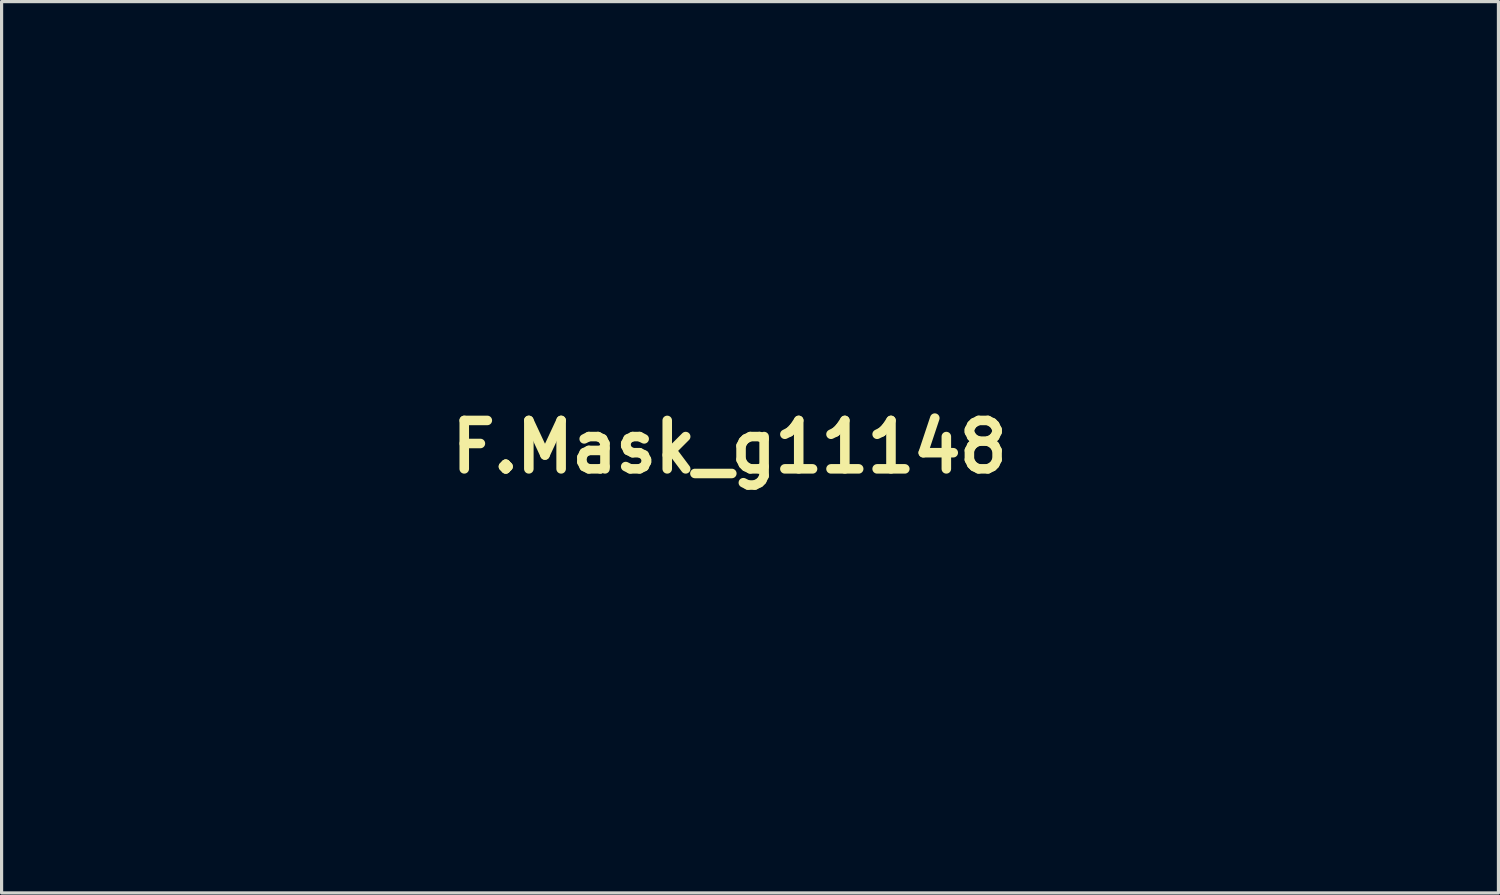
<source format=kicad_pcb>
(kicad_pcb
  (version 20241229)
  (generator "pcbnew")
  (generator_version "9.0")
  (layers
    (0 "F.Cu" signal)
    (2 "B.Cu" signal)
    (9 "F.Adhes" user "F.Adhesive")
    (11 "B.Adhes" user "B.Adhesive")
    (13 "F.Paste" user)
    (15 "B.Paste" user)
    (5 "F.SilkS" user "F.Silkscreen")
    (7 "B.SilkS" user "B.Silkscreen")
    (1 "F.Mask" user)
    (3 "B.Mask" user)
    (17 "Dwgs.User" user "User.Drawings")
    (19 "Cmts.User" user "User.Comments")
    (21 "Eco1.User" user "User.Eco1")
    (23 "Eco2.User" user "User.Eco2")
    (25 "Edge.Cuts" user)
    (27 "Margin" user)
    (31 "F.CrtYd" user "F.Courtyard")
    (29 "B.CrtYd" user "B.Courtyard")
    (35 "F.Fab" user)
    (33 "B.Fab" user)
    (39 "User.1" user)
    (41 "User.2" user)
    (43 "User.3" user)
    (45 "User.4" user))
  (footprint "F.Mask_g11148"
    (layer "F.Cu")
    (at 19.902 11.012)
    (property "Reference" "F.Mask_g11148" (at 0 0 0) (layer "F.SilkS") (effects (font (size 1.524 1.524) (thickness 0.3))))
    (attr through_hole)
    (fp_poly (pts (xy 19.897 -9.292) (xy 18.203 -9.292) (xy 18.203 -11.007) (xy 19.897 -11.007) (xy 19.897 -9.292)) (stroke (width 0.01) (type solid)) (fill yes) (layer "F.Mask"))
    (fp_poly (pts (xy 19.897 11.028) (xy 18.203 11.028) (xy 18.203 9.313) (xy 19.897 9.313) (xy 19.897 11.028)) (stroke (width 0.01) (type solid)) (fill yes) (layer "F.Mask"))
    (fp_poly (pts (xy -16.268 -3.525) (xy -16.218 -3.502) (xy -16.165 -3.446) (xy -16.121 -3.366) (xy -16.092 -3.28) (xy -16.087 -3.232) (xy -16.106 -3.145) (xy -16.159 -3.066) (xy -16.236 -2.999) (xy -16.328 -2.95) (xy -16.426 -2.922) (xy -16.521 -2.92) (xy -16.605 -2.95) (xy -16.613 -2.956) (xy -16.662 -3.008) (xy -16.705 -3.086) (xy -16.734 -3.173) (xy -16.742 -3.234) (xy -16.727 -3.316) (xy -16.678 -3.389) (xy -16.592 -3.456) (xy -16.565 -3.473) (xy -16.461 -3.517) (xy -16.359 -3.535) (xy -16.268 -3.525)) (stroke (width 0.01) (type solid)) (fill yes) (layer "F.Mask"))
    (fp_poly (pts (xy -17.638 -3.073) (xy -17.565 -3.024) (xy -17.478 -2.946) (xy -17.446 -2.914) (xy -17.373 -2.826) (xy -17.336 -2.752) (xy -17.336 -2.687) (xy -17.371 -2.625) (xy -17.413 -2.582) (xy -17.515 -2.506) (xy -17.614 -2.458) (xy -17.702 -2.441) (xy -17.759 -2.45) (xy -17.82 -2.485) (xy -17.882 -2.539) (xy -17.922 -2.589) (xy -17.944 -2.661) (xy -17.946 -2.751) (xy -17.929 -2.841) (xy -17.921 -2.863) (xy -17.892 -2.911) (xy -17.846 -2.967) (xy -17.792 -3.022) (xy -17.74 -3.066) (xy -17.701 -3.089) (xy -17.694 -3.09) (xy -17.638 -3.073)) (stroke (width 0.01) (type solid)) (fill yes) (layer "F.Mask"))
    (fp_poly (pts (xy -16.783 -2.776) (xy -16.725 -2.762) (xy -16.714 -2.754) (xy -16.678 -2.704) (xy -16.65 -2.628) (xy -16.634 -2.544) (xy -16.634 -2.468) (xy -16.638 -2.45) (xy -16.679 -2.37) (xy -16.749 -2.292) (xy -16.837 -2.225) (xy -16.932 -2.178) (xy -17.021 -2.159) (xy -17.024 -2.159) (xy -17.069 -2.172) (xy -17.127 -2.207) (xy -17.157 -2.231) (xy -17.24 -2.302) (xy -17.201 -2.405) (xy -17.17 -2.492) (xy -17.14 -2.583) (xy -17.131 -2.61) (xy -17.106 -2.678) (xy -17.073 -2.718) (xy -17.026 -2.744) (xy -16.948 -2.767) (xy -16.862 -2.778) (xy -16.783 -2.776)) (stroke (width 0.01) (type solid)) (fill yes) (layer "F.Mask"))
    (fp_poly (pts (xy -15.8 -3.003) (xy -15.781 -3.001) (xy -15.709 -2.986) (xy -15.646 -2.963) (xy -15.632 -2.955) (xy -15.603 -2.932) (xy -15.587 -2.902) (xy -15.58 -2.854) (xy -15.579 -2.778) (xy -15.589 -2.657) (xy -15.622 -2.565) (xy -15.684 -2.491) (xy -15.742 -2.448) (xy -15.819 -2.403) (xy -15.878 -2.384) (xy -15.935 -2.39) (xy -15.999 -2.417) (xy -16.087 -2.478) (xy -16.147 -2.557) (xy -16.171 -2.645) (xy -16.171 -2.655) (xy -16.164 -2.692) (xy -16.139 -2.736) (xy -16.092 -2.793) (xy -16.024 -2.864) (xy -15.956 -2.931) (xy -15.909 -2.974) (xy -15.873 -2.996) (xy -15.84 -3.004) (xy -15.8 -3.003)) (stroke (width 0.01) (type solid)) (fill yes) (layer "F.Mask"))
    (fp_poly (pts (xy -16.989 -3.589) (xy -16.936 -3.561) (xy -16.917 -3.542) (xy -16.905 -3.518) (xy -16.899 -3.481) (xy -16.899 -3.422) (xy -16.903 -3.332) (xy -16.905 -3.295) (xy -16.912 -3.193) (xy -16.92 -3.122) (xy -16.931 -3.075) (xy -16.947 -3.041) (xy -16.972 -3.01) (xy -16.977 -3.004) (xy -17.05 -2.954) (xy -17.137 -2.941) (xy -17.229 -2.965) (xy -17.274 -2.99) (xy -17.339 -3.046) (xy -17.395 -3.114) (xy -17.432 -3.181) (xy -17.441 -3.224) (xy -17.43 -3.263) (xy -17.401 -3.323) (xy -17.359 -3.393) (xy -17.355 -3.399) (xy -17.296 -3.481) (xy -17.243 -3.533) (xy -17.186 -3.565) (xy -17.077 -3.595) (xy -16.989 -3.589)) (stroke (width 0.01) (type solid)) (fill yes) (layer "F.Mask"))
    (fp_poly (pts (xy -13.876 9.327) (xy -13.709 9.362) (xy -13.548 9.433) (xy -13.442 9.505) (xy -13.312 9.633) (xy -13.216 9.782) (xy -13.153 9.945) (xy -13.126 10.118) (xy -13.134 10.293) (xy -13.178 10.466) (xy -13.258 10.63) (xy -13.324 10.722) (xy -13.447 10.84) (xy -13.596 10.93) (xy -13.762 10.989) (xy -13.938 11.015) (xy -14.113 11.005) (xy -14.288 10.955) (xy -14.444 10.869) (xy -14.577 10.755) (xy -14.685 10.615) (xy -14.762 10.456) (xy -14.805 10.282) (xy -14.81 10.102) (xy -14.778 9.922) (xy -14.711 9.762) (xy -14.616 9.623) (xy -14.496 9.508) (xy -14.357 9.419) (xy -14.205 9.357) (xy -14.042 9.326) (xy -13.876 9.327)) (stroke (width 0.01) (type solid)) (fill yes) (layer "F.Mask"))
    (fp_poly (pts (xy 14.185 9.349) (xy 14.345 9.411) (xy 14.489 9.504) (xy 14.613 9.624) (xy 14.711 9.766) (xy 14.778 9.928) (xy 14.81 10.101) (xy 14.805 10.286) (xy 14.762 10.458) (xy 14.687 10.614) (xy 14.583 10.749) (xy 14.454 10.861) (xy 14.306 10.945) (xy 14.141 10.998) (xy 13.965 11.016) (xy 13.782 10.996) (xy 13.607 10.936) (xy 13.453 10.843) (xy 13.325 10.721) (xy 13.225 10.573) (xy 13.159 10.405) (xy 13.128 10.22) (xy 13.128 10.214) (xy 13.138 10.024) (xy 13.185 9.848) (xy 13.268 9.691) (xy 13.382 9.556) (xy 13.524 9.448) (xy 13.692 9.37) (xy 13.838 9.332) (xy 14.015 9.321) (xy 14.185 9.349)) (stroke (width 0.01) (type solid)) (fill yes) (layer "F.Mask"))
    (fp_poly (pts (xy 11.574 9.335) (xy 11.736 9.381) (xy 11.886 9.458) (xy 12.017 9.562) (xy 12.127 9.692) (xy 12.209 9.844) (xy 12.259 10.015) (xy 12.271 10.104) (xy 12.265 10.288) (xy 12.222 10.459) (xy 12.146 10.614) (xy 12.042 10.75) (xy 11.914 10.861) (xy 11.765 10.945) (xy 11.601 10.998) (xy 11.425 11.016) (xy 11.242 10.996) (xy 11.067 10.936) (xy 10.913 10.843) (xy 10.785 10.721) (xy 10.685 10.573) (xy 10.619 10.405) (xy 10.588 10.22) (xy 10.588 10.214) (xy 10.597 10.021) (xy 10.645 9.844) (xy 10.73 9.686) (xy 10.85 9.55) (xy 11.003 9.438) (xy 11.06 9.408) (xy 11.231 9.345) (xy 11.404 9.322) (xy 11.574 9.335)) (stroke (width 0.01) (type solid)) (fill yes) (layer "F.Mask"))
    (fp_poly (pts (xy 14.103 -10.985) (xy 14.243 -10.954) (xy 14.282 -10.939) (xy 14.446 -10.847) (xy 14.583 -10.727) (xy 14.691 -10.584) (xy 14.766 -10.423) (xy 14.807 -10.25) (xy 14.811 -10.07) (xy 14.786 -9.929) (xy 14.721 -9.764) (xy 14.624 -9.618) (xy 14.499 -9.495) (xy 14.353 -9.399) (xy 14.192 -9.333) (xy 14.021 -9.301) (xy 13.847 -9.306) (xy 13.802 -9.314) (xy 13.624 -9.372) (xy 13.467 -9.463) (xy 13.336 -9.583) (xy 13.234 -9.728) (xy 13.164 -9.893) (xy 13.129 -10.074) (xy 13.128 -10.193) (xy 13.157 -10.38) (xy 13.223 -10.55) (xy 13.323 -10.698) (xy 13.452 -10.821) (xy 13.608 -10.914) (xy 13.787 -10.973) (xy 13.797 -10.976) (xy 13.949 -10.993) (xy 14.103 -10.985)) (stroke (width 0.01) (type solid)) (fill yes) (layer "F.Mask"))
    (fp_poly (pts (xy -16.366 9.336) (xy -16.226 9.369) (xy -16.208 9.375) (xy -16.044 9.46) (xy -15.907 9.572) (xy -15.8 9.707) (xy -15.723 9.859) (xy -15.677 10.022) (xy -15.665 10.193) (xy -15.687 10.365) (xy -15.745 10.533) (xy -15.84 10.691) (xy -15.864 10.722) (xy -15.987 10.84) (xy -16.136 10.93) (xy -16.302 10.989) (xy -16.478 11.015) (xy -16.653 11.005) (xy -16.827 10.954) (xy -16.985 10.868) (xy -17.121 10.749) (xy -17.231 10.605) (xy -17.308 10.439) (xy -17.315 10.418) (xy -17.35 10.237) (xy -17.345 10.058) (xy -17.304 9.886) (xy -17.228 9.727) (xy -17.121 9.586) (xy -16.985 9.468) (xy -16.823 9.38) (xy -16.806 9.373) (xy -16.673 9.338) (xy -16.52 9.326) (xy -16.366 9.336)) (stroke (width 0.01) (type solid)) (fill yes) (layer "F.Mask"))
    (fp_poly (pts (xy 16.627 -10.985) (xy 16.727 -10.967) (xy 16.808 -10.942) (xy 16.885 -10.906) (xy 16.975 -10.852) (xy 16.992 -10.841) (xy 17.112 -10.741) (xy 17.213 -10.61) (xy 17.291 -10.459) (xy 17.341 -10.298) (xy 17.357 -10.149) (xy 17.336 -9.972) (xy 17.279 -9.804) (xy 17.188 -9.652) (xy 17.07 -9.52) (xy 16.927 -9.416) (xy 16.766 -9.343) (xy 16.702 -9.326) (xy 16.596 -9.304) (xy 16.512 -9.296) (xy 16.432 -9.3) (xy 16.342 -9.315) (xy 16.166 -9.37) (xy 16.011 -9.459) (xy 15.881 -9.577) (xy 15.779 -9.72) (xy 15.707 -9.884) (xy 15.671 -10.063) (xy 15.668 -10.205) (xy 15.698 -10.385) (xy 15.763 -10.548) (xy 15.86 -10.692) (xy 15.982 -10.812) (xy 16.126 -10.906) (xy 16.287 -10.968) (xy 16.46 -10.995) (xy 16.627 -10.985)) (stroke (width 0.01) (type solid)) (fill yes) (layer "F.Mask"))
    (fp_poly (pts (xy 16.597 9.33) (xy 16.722 9.346) (xy 16.785 9.364) (xy 16.946 9.445) (xy 17.086 9.557) (xy 17.202 9.695) (xy 17.289 9.852) (xy 17.342 10.021) (xy 17.357 10.171) (xy 17.337 10.334) (xy 17.283 10.498) (xy 17.199 10.651) (xy 17.091 10.783) (xy 17.047 10.823) (xy 16.919 10.909) (xy 16.767 10.973) (xy 16.636 11.005) (xy 16.56 11.018) (xy 16.508 11.024) (xy 16.465 11.023) (xy 16.414 11.015) (xy 16.341 10.999) (xy 16.323 10.995) (xy 16.145 10.936) (xy 15.99 10.843) (xy 15.861 10.715) (xy 15.758 10.555) (xy 15.755 10.548) (xy 15.689 10.371) (xy 15.663 10.193) (xy 15.675 10.017) (xy 15.723 9.85) (xy 15.805 9.697) (xy 15.92 9.561) (xy 16.064 9.449) (xy 16.214 9.374) (xy 16.326 9.344) (xy 16.459 9.329) (xy 16.597 9.33)) (stroke (width 0.01) (type solid)) (fill yes) (layer "F.Mask"))
    (fp_poly (pts (xy 11.624 -10.973) (xy 11.793 -10.914) (xy 11.945 -10.82) (xy 12.075 -10.693) (xy 12.125 -10.627) (xy 12.212 -10.462) (xy 12.261 -10.291) (xy 12.273 -10.121) (xy 12.252 -9.954) (xy 12.198 -9.797) (xy 12.116 -9.653) (xy 12.006 -9.527) (xy 11.871 -9.425) (xy 11.713 -9.351) (xy 11.536 -9.309) (xy 11.49 -9.305) (xy 11.4 -9.302) (xy 11.311 -9.307) (xy 11.262 -9.314) (xy 11.085 -9.372) (xy 10.927 -9.466) (xy 10.793 -9.593) (xy 10.687 -9.748) (xy 10.674 -9.774) (xy 10.637 -9.851) (xy 10.614 -9.911) (xy 10.601 -9.968) (xy 10.595 -10.036) (xy 10.594 -10.131) (xy 10.594 -10.148) (xy 10.595 -10.25) (xy 10.6 -10.324) (xy 10.612 -10.382) (xy 10.633 -10.44) (xy 10.66 -10.499) (xy 10.761 -10.667) (xy 10.885 -10.8) (xy 11.033 -10.898) (xy 11.207 -10.964) (xy 11.257 -10.976) (xy 11.443 -10.994) (xy 11.624 -10.973)) (stroke (width 0.01) (type solid)) (fill yes) (layer "F.Mask"))
    (fp_poly (pts (xy -18.94 9.333) (xy -18.81 9.356) (xy -18.748 9.375) (xy -18.581 9.462) (xy -18.439 9.581) (xy -18.324 9.729) (xy -18.243 9.901) (xy -18.22 9.98) (xy -18.208 10.061) (xy -18.207 10.159) (xy -18.208 10.206) (xy -18.215 10.306) (xy -18.228 10.383) (xy -18.252 10.455) (xy -18.292 10.542) (xy -18.294 10.547) (xy -18.395 10.709) (xy -18.522 10.836) (xy -18.674 10.931) (xy -18.853 10.992) (xy -18.873 10.996) (xy -18.956 11.013) (xy -19.014 11.022) (xy -19.065 11.022) (xy -19.126 11.015) (xy -19.193 11.004) (xy -19.314 10.972) (xy -19.441 10.916) (xy -19.556 10.847) (xy -19.59 10.821) (xy -19.703 10.702) (xy -19.795 10.556) (xy -19.861 10.396) (xy -19.894 10.232) (xy -19.897 10.171) (xy -19.876 9.996) (xy -19.818 9.828) (xy -19.727 9.673) (xy -19.607 9.539) (xy -19.463 9.43) (xy -19.325 9.364) (xy -19.213 9.337) (xy -19.079 9.327) (xy -18.94 9.333)) (stroke (width 0.01) (type solid)) (fill yes) (layer "F.Mask"))
    (fp_poly (pts (xy -3.587 9.353) (xy -3.433 9.412) (xy -3.29 9.501) (xy -3.165 9.622) (xy -3.063 9.774) (xy -3.042 9.816) (xy -3.01 9.887) (xy -2.99 9.945) (xy -2.979 10.006) (xy -2.975 10.083) (xy -2.974 10.171) (xy -2.979 10.31) (xy -2.999 10.423) (xy -3.038 10.526) (xy -3.1 10.635) (xy -3.128 10.677) (xy -3.235 10.796) (xy -3.37 10.893) (xy -3.526 10.964) (xy -3.694 11.005) (xy -3.866 11.014) (xy -3.954 11.004) (xy -4.128 10.954) (xy -4.288 10.867) (xy -4.426 10.748) (xy -4.537 10.602) (xy -4.578 10.526) (xy -4.61 10.455) (xy -4.63 10.396) (xy -4.641 10.335) (xy -4.645 10.258) (xy -4.646 10.171) (xy -4.645 10.069) (xy -4.64 9.995) (xy -4.628 9.936) (xy -4.606 9.876) (xy -4.578 9.816) (xy -4.482 9.657) (xy -4.362 9.528) (xy -4.223 9.431) (xy -4.072 9.365) (xy -3.912 9.33) (xy -3.748 9.326) (xy -3.587 9.353)) (stroke (width 0.01) (type solid)) (fill yes) (layer "F.Mask"))
    (fp_poly (pts (xy -1.162 9.328) (xy -1.138 9.332) (xy -0.954 9.385) (xy -0.79 9.474) (xy -0.65 9.596) (xy -0.538 9.748) (xy -0.502 9.816) (xy -0.47 9.887) (xy -0.45 9.945) (xy -0.439 10.006) (xy -0.435 10.083) (xy -0.434 10.171) (xy -0.439 10.31) (xy -0.459 10.423) (xy -0.498 10.526) (xy -0.56 10.635) (xy -0.588 10.677) (xy -0.695 10.797) (xy -0.831 10.894) (xy -0.988 10.964) (xy -1.157 11.005) (xy -1.331 11.014) (xy -1.418 11.004) (xy -1.59 10.955) (xy -1.747 10.869) (xy -1.884 10.75) (xy -1.996 10.605) (xy -2.038 10.526) (xy -2.07 10.455) (xy -2.09 10.396) (xy -2.101 10.335) (xy -2.105 10.258) (xy -2.106 10.171) (xy -2.105 10.069) (xy -2.1 9.995) (xy -2.087 9.936) (xy -2.066 9.876) (xy -2.038 9.816) (xy -1.942 9.659) (xy -1.819 9.528) (xy -1.673 9.426) (xy -1.511 9.357) (xy -1.339 9.323) (xy -1.162 9.328)) (stroke (width 0.01) (type solid)) (fill yes) (layer "F.Mask"))
    (fp_poly (pts (xy 1.488 9.35) (xy 1.652 9.415) (xy 1.8 9.512) (xy 1.927 9.64) (xy 2.027 9.794) (xy 2.038 9.816) (xy 2.07 9.887) (xy 2.09 9.945) (xy 2.101 10.005) (xy 2.105 10.081) (xy 2.106 10.171) (xy 2.099 10.311) (xy 2.079 10.426) (xy 2.04 10.53) (xy 1.977 10.64) (xy 1.952 10.677) (xy 1.845 10.797) (xy 1.709 10.894) (xy 1.552 10.964) (xy 1.383 11.005) (xy 1.209 11.014) (xy 1.122 11.004) (xy 0.95 10.955) (xy 0.793 10.869) (xy 0.656 10.75) (xy 0.544 10.605) (xy 0.502 10.526) (xy 0.47 10.455) (xy 0.45 10.396) (xy 0.439 10.335) (xy 0.435 10.258) (xy 0.434 10.171) (xy 0.435 10.069) (xy 0.44 9.995) (xy 0.453 9.936) (xy 0.474 9.876) (xy 0.502 9.816) (xy 0.601 9.653) (xy 0.731 9.519) (xy 0.886 9.416) (xy 1.062 9.349) (xy 1.138 9.332) (xy 1.315 9.321) (xy 1.488 9.35)) (stroke (width 0.01) (type solid)) (fill yes) (layer "F.Mask"))
    (fp_poly (pts (xy -8.667 9.353) (xy -8.513 9.411) (xy -8.37 9.501) (xy -8.245 9.622) (xy -8.143 9.775) (xy -8.122 9.816) (xy -8.09 9.887) (xy -8.07 9.945) (xy -8.059 10.006) (xy -8.055 10.083) (xy -8.054 10.171) (xy -8.055 10.274) (xy -8.061 10.349) (xy -8.073 10.409) (xy -8.095 10.468) (xy -8.113 10.508) (xy -8.212 10.675) (xy -8.338 10.811) (xy -8.485 10.915) (xy -8.65 10.984) (xy -8.828 11.016) (xy -9.015 11.008) (xy -9.034 11.005) (xy -9.208 10.954) (xy -9.366 10.866) (xy -9.505 10.745) (xy -9.618 10.596) (xy -9.656 10.526) (xy -9.689 10.456) (xy -9.709 10.399) (xy -9.72 10.341) (xy -9.725 10.268) (xy -9.726 10.171) (xy -9.725 10.069) (xy -9.72 9.996) (xy -9.708 9.936) (xy -9.686 9.877) (xy -9.658 9.816) (xy -9.562 9.656) (xy -9.442 9.528) (xy -9.303 9.43) (xy -9.152 9.364) (xy -8.991 9.329) (xy -8.828 9.325) (xy -8.667 9.353)) (stroke (width 0.01) (type solid)) (fill yes) (layer "F.Mask"))
    (fp_poly (pts (xy -6.127 9.353) (xy -5.973 9.411) (xy -5.83 9.501) (xy -5.705 9.622) (xy -5.603 9.775) (xy -5.582 9.816) (xy -5.55 9.887) (xy -5.53 9.945) (xy -5.519 10.006) (xy -5.515 10.083) (xy -5.514 10.171) (xy -5.515 10.274) (xy -5.521 10.35) (xy -5.534 10.41) (xy -5.555 10.469) (xy -5.572 10.506) (xy -5.658 10.659) (xy -5.761 10.781) (xy -5.889 10.881) (xy -6.05 10.961) (xy -6.227 11.006) (xy -6.409 11.014) (xy -6.494 11.005) (xy -6.667 10.954) (xy -6.826 10.867) (xy -6.964 10.748) (xy -7.076 10.602) (xy -7.12 10.521) (xy -7.151 10.452) (xy -7.171 10.394) (xy -7.181 10.333) (xy -7.185 10.254) (xy -7.186 10.171) (xy -7.185 10.069) (xy -7.18 9.995) (xy -7.167 9.936) (xy -7.146 9.876) (xy -7.118 9.816) (xy -7.022 9.656) (xy -6.902 9.528) (xy -6.763 9.43) (xy -6.612 9.364) (xy -6.451 9.329) (xy -6.288 9.325) (xy -6.127 9.353)) (stroke (width 0.01) (type solid)) (fill yes) (layer "F.Mask"))
    (fp_poly (pts (xy 6.458 9.328) (xy 6.482 9.332) (xy 6.666 9.385) (xy 6.83 9.474) (xy 6.97 9.596) (xy 7.082 9.748) (xy 7.118 9.816) (xy 7.15 9.887) (xy 7.17 9.945) (xy 7.181 10.006) (xy 7.185 10.083) (xy 7.186 10.171) (xy 7.184 10.275) (xy 7.179 10.35) (xy 7.166 10.411) (xy 7.144 10.47) (xy 7.129 10.503) (xy 7.029 10.671) (xy 6.903 10.809) (xy 6.755 10.913) (xy 6.588 10.982) (xy 6.408 11.014) (xy 6.218 11.006) (xy 6.202 11.004) (xy 6.03 10.955) (xy 5.872 10.869) (xy 5.735 10.75) (xy 5.623 10.603) (xy 5.582 10.525) (xy 5.55 10.454) (xy 5.53 10.396) (xy 5.519 10.335) (xy 5.515 10.258) (xy 5.514 10.171) (xy 5.515 10.069) (xy 5.52 9.995) (xy 5.533 9.936) (xy 5.554 9.876) (xy 5.582 9.816) (xy 5.678 9.659) (xy 5.801 9.528) (xy 5.947 9.426) (xy 6.109 9.357) (xy 6.281 9.323) (xy 6.458 9.328)) (stroke (width 0.01) (type solid)) (fill yes) (layer "F.Mask"))
    (fp_poly (pts (xy 8.969 9.326) (xy 9.13 9.357) (xy 9.283 9.42) (xy 9.424 9.513) (xy 9.546 9.637) (xy 9.646 9.791) (xy 9.658 9.816) (xy 9.69 9.887) (xy 9.71 9.945) (xy 9.721 10.005) (xy 9.725 10.082) (xy 9.726 10.171) (xy 9.72 10.307) (xy 9.702 10.418) (xy 9.665 10.517) (xy 9.605 10.62) (xy 9.563 10.681) (xy 9.447 10.808) (xy 9.304 10.907) (xy 9.141 10.976) (xy 8.967 11.011) (xy 8.788 11.01) (xy 8.702 10.996) (xy 8.524 10.936) (xy 8.37 10.841) (xy 8.24 10.712) (xy 8.134 10.548) (xy 8.12 10.52) (xy 8.089 10.452) (xy 8.07 10.395) (xy 8.059 10.335) (xy 8.055 10.258) (xy 8.054 10.169) (xy 8.055 10.07) (xy 8.06 9.998) (xy 8.071 9.94) (xy 8.093 9.882) (xy 8.127 9.808) (xy 8.134 9.795) (xy 8.232 9.639) (xy 8.354 9.514) (xy 8.493 9.42) (xy 8.646 9.357) (xy 8.806 9.326) (xy 8.969 9.326)) (stroke (width 0.01) (type solid)) (fill yes) (layer "F.Mask"))
    (fp_poly (pts (xy -11.208 9.351) (xy -11.054 9.409) (xy -10.913 9.498) (xy -10.788 9.619) (xy -10.686 9.771) (xy -10.674 9.795) (xy -10.637 9.872) (xy -10.614 9.932) (xy -10.601 9.989) (xy -10.595 10.058) (xy -10.594 10.152) (xy -10.594 10.169) (xy -10.595 10.273) (xy -10.601 10.348) (xy -10.613 10.408) (xy -10.634 10.467) (xy -10.653 10.508) (xy -10.752 10.675) (xy -10.878 10.811) (xy -11.025 10.915) (xy -11.19 10.984) (xy -11.368 11.016) (xy -11.555 11.008) (xy -11.574 11.005) (xy -11.748 10.954) (xy -11.906 10.866) (xy -12.045 10.745) (xy -12.158 10.596) (xy -12.196 10.526) (xy -12.229 10.456) (xy -12.249 10.399) (xy -12.26 10.341) (xy -12.265 10.268) (xy -12.266 10.171) (xy -12.265 10.069) (xy -12.26 9.996) (xy -12.248 9.936) (xy -12.226 9.877) (xy -12.198 9.816) (xy -12.102 9.656) (xy -11.982 9.528) (xy -11.844 9.431) (xy -11.692 9.364) (xy -11.532 9.329) (xy -11.369 9.324) (xy -11.208 9.351)) (stroke (width 0.01) (type solid)) (fill yes) (layer "F.Mask"))
    (fp_poly (pts (xy -6.219 -10.983) (xy -6.177 -10.976) (xy -5.997 -10.919) (xy -5.842 -10.829) (xy -5.711 -10.705) (xy -5.605 -10.547) (xy -5.58 -10.499) (xy -5.549 -10.43) (xy -5.53 -10.373) (xy -5.519 -10.313) (xy -5.515 -10.235) (xy -5.514 -10.149) (xy -5.515 -10.046) (xy -5.521 -9.97) (xy -5.534 -9.91) (xy -5.555 -9.851) (xy -5.572 -9.814) (xy -5.671 -9.644) (xy -5.794 -9.508) (xy -5.942 -9.405) (xy -6.055 -9.353) (xy -6.171 -9.322) (xy -6.304 -9.305) (xy -6.436 -9.304) (xy -6.518 -9.314) (xy -6.689 -9.371) (xy -6.845 -9.463) (xy -6.98 -9.587) (xy -7.088 -9.736) (xy -7.118 -9.795) (xy -7.15 -9.866) (xy -7.17 -9.924) (xy -7.181 -9.985) (xy -7.185 -10.062) (xy -7.186 -10.149) (xy -7.185 -10.251) (xy -7.18 -10.325) (xy -7.167 -10.384) (xy -7.146 -10.444) (xy -7.118 -10.504) (xy -7.02 -10.664) (xy -6.895 -10.796) (xy -6.746 -10.896) (xy -6.581 -10.962) (xy -6.403 -10.992) (xy -6.219 -10.983)) (stroke (width 0.01) (type solid)) (fill yes) (layer "F.Mask"))
    (fp_poly (pts (xy -3.677 -10.983) (xy -3.637 -10.976) (xy -3.457 -10.919) (xy -3.302 -10.829) (xy -3.171 -10.705) (xy -3.065 -10.547) (xy -3.04 -10.499) (xy -3.009 -10.43) (xy -2.99 -10.373) (xy -2.979 -10.313) (xy -2.975 -10.235) (xy -2.974 -10.149) (xy -2.975 -10.046) (xy -2.981 -9.97) (xy -2.994 -9.91) (xy -3.015 -9.851) (xy -3.032 -9.814) (xy -3.131 -9.644) (xy -3.254 -9.508) (xy -3.402 -9.405) (xy -3.515 -9.353) (xy -3.631 -9.322) (xy -3.764 -9.305) (xy -3.896 -9.304) (xy -3.978 -9.314) (xy -4.149 -9.371) (xy -4.305 -9.463) (xy -4.44 -9.587) (xy -4.548 -9.736) (xy -4.578 -9.795) (xy -4.61 -9.866) (xy -4.63 -9.924) (xy -4.641 -9.985) (xy -4.645 -10.062) (xy -4.646 -10.149) (xy -4.645 -10.251) (xy -4.64 -10.325) (xy -4.627 -10.384) (xy -4.606 -10.444) (xy -4.578 -10.504) (xy -4.48 -10.665) (xy -4.354 -10.797) (xy -4.206 -10.897) (xy -4.04 -10.963) (xy -3.862 -10.993) (xy -3.677 -10.983)) (stroke (width 0.01) (type solid)) (fill yes) (layer "F.Mask"))
    (fp_poly (pts (xy -1.074 -10.973) (xy -0.907 -10.914) (xy -0.755 -10.821) (xy -0.624 -10.696) (xy -0.52 -10.541) (xy -0.502 -10.504) (xy -0.47 -10.434) (xy -0.45 -10.375) (xy -0.439 -10.314) (xy -0.435 -10.237) (xy -0.434 -10.149) (xy -0.435 -10.046) (xy -0.441 -9.97) (xy -0.454 -9.91) (xy -0.475 -9.851) (xy -0.492 -9.814) (xy -0.591 -9.644) (xy -0.714 -9.508) (xy -0.862 -9.405) (xy -0.975 -9.353) (xy -1.091 -9.322) (xy -1.224 -9.305) (xy -1.356 -9.304) (xy -1.438 -9.314) (xy -1.609 -9.371) (xy -1.765 -9.463) (xy -1.9 -9.587) (xy -2.008 -9.736) (xy -2.038 -9.795) (xy -2.07 -9.866) (xy -2.09 -9.924) (xy -2.101 -9.985) (xy -2.105 -10.062) (xy -2.106 -10.149) (xy -2.105 -10.251) (xy -2.1 -10.325) (xy -2.087 -10.384) (xy -2.066 -10.444) (xy -2.039 -10.503) (xy -1.939 -10.667) (xy -1.811 -10.801) (xy -1.657 -10.901) (xy -1.478 -10.967) (xy -1.437 -10.977) (xy -1.253 -10.995) (xy -1.074 -10.973)) (stroke (width 0.01) (type solid)) (fill yes) (layer "F.Mask"))
    (fp_poly (pts (xy 1.466 -10.973) (xy 1.633 -10.914) (xy 1.785 -10.821) (xy 1.915 -10.696) (xy 2.02 -10.541) (xy 2.038 -10.504) (xy 2.07 -10.434) (xy 2.09 -10.375) (xy 2.101 -10.314) (xy 2.105 -10.237) (xy 2.106 -10.149) (xy 2.105 -10.046) (xy 2.099 -9.97) (xy 2.087 -9.91) (xy 2.065 -9.852) (xy 2.048 -9.814) (xy 1.949 -9.644) (xy 1.826 -9.508) (xy 1.678 -9.405) (xy 1.565 -9.353) (xy 1.449 -9.322) (xy 1.316 -9.305) (xy 1.184 -9.304) (xy 1.102 -9.314) (xy 0.931 -9.371) (xy 0.775 -9.463) (xy 0.64 -9.587) (xy 0.532 -9.736) (xy 0.502 -9.795) (xy 0.47 -9.866) (xy 0.45 -9.924) (xy 0.439 -9.985) (xy 0.435 -10.062) (xy 0.434 -10.149) (xy 0.435 -10.251) (xy 0.44 -10.325) (xy 0.453 -10.384) (xy 0.474 -10.444) (xy 0.501 -10.503) (xy 0.601 -10.667) (xy 0.729 -10.801) (xy 0.883 -10.901) (xy 1.062 -10.967) (xy 1.103 -10.977) (xy 1.287 -10.995) (xy 1.466 -10.973)) (stroke (width 0.01) (type solid)) (fill yes) (layer "F.Mask"))
    (fp_poly (pts (xy 3.918 9.328) (xy 3.942 9.332) (xy 4.126 9.385) (xy 4.29 9.474) (xy 4.43 9.596) (xy 4.542 9.748) (xy 4.578 9.816) (xy 4.61 9.887) (xy 4.63 9.945) (xy 4.641 10.006) (xy 4.645 10.083) (xy 4.646 10.171) (xy 4.644 10.275) (xy 4.639 10.35) (xy 4.626 10.411) (xy 4.604 10.47) (xy 4.589 10.504) (xy 4.515 10.64) (xy 4.432 10.748) (xy 4.329 10.839) (xy 4.316 10.849) (xy 4.158 10.94) (xy 3.982 10.996) (xy 3.798 11.015) (xy 3.662 11.004) (xy 3.491 10.955) (xy 3.334 10.869) (xy 3.197 10.751) (xy 3.085 10.606) (xy 3.042 10.526) (xy 3.01 10.455) (xy 2.99 10.396) (xy 2.979 10.335) (xy 2.975 10.258) (xy 2.974 10.171) (xy 2.975 10.069) (xy 2.98 9.995) (xy 2.993 9.936) (xy 3.014 9.876) (xy 3.042 9.816) (xy 3.138 9.659) (xy 3.261 9.528) (xy 3.407 9.426) (xy 3.569 9.357) (xy 3.741 9.323) (xy 3.918 9.328)) (stroke (width 0.01) (type solid)) (fill yes) (layer "F.Mask"))
    (fp_poly (pts (xy 4.003 -10.973) (xy 4.172 -10.914) (xy 4.324 -10.821) (xy 4.455 -10.696) (xy 4.56 -10.541) (xy 4.578 -10.504) (xy 4.61 -10.434) (xy 4.63 -10.375) (xy 4.641 -10.314) (xy 4.645 -10.238) (xy 4.646 -10.149) (xy 4.645 -10.045) (xy 4.639 -9.97) (xy 4.626 -9.91) (xy 4.605 -9.851) (xy 4.588 -9.814) (xy 4.489 -9.644) (xy 4.366 -9.508) (xy 4.217 -9.405) (xy 4.105 -9.353) (xy 3.989 -9.322) (xy 3.856 -9.305) (xy 3.724 -9.304) (xy 3.642 -9.314) (xy 3.471 -9.371) (xy 3.315 -9.463) (xy 3.18 -9.587) (xy 3.072 -9.736) (xy 3.042 -9.795) (xy 3.01 -9.866) (xy 2.99 -9.924) (xy 2.979 -9.985) (xy 2.975 -10.062) (xy 2.974 -10.149) (xy 2.975 -10.251) (xy 2.98 -10.324) (xy 2.992 -10.383) (xy 3.014 -10.441) (xy 3.04 -10.499) (xy 3.141 -10.667) (xy 3.265 -10.8) (xy 3.413 -10.898) (xy 3.587 -10.964) (xy 3.637 -10.976) (xy 3.823 -10.994) (xy 4.003 -10.973)) (stroke (width 0.01) (type solid)) (fill yes) (layer "F.Mask"))
    (fp_poly (pts (xy 6.542 -10.972) (xy 6.71 -10.913) (xy 6.863 -10.82) (xy 6.994 -10.695) (xy 7.1 -10.541) (xy 7.12 -10.5) (xy 7.151 -10.431) (xy 7.171 -10.373) (xy 7.181 -10.312) (xy 7.185 -10.233) (xy 7.186 -10.149) (xy 7.185 -10.045) (xy 7.179 -9.97) (xy 7.166 -9.91) (xy 7.145 -9.851) (xy 7.128 -9.814) (xy 7.029 -9.644) (xy 6.906 -9.508) (xy 6.757 -9.405) (xy 6.645 -9.353) (xy 6.529 -9.322) (xy 6.396 -9.305) (xy 6.264 -9.304) (xy 6.182 -9.314) (xy 6.011 -9.371) (xy 5.855 -9.463) (xy 5.72 -9.587) (xy 5.612 -9.736) (xy 5.582 -9.795) (xy 5.55 -9.866) (xy 5.53 -9.924) (xy 5.519 -9.985) (xy 5.515 -10.062) (xy 5.514 -10.149) (xy 5.515 -10.251) (xy 5.52 -10.324) (xy 5.532 -10.383) (xy 5.554 -10.441) (xy 5.58 -10.499) (xy 5.681 -10.667) (xy 5.805 -10.8) (xy 5.953 -10.898) (xy 6.127 -10.964) (xy 6.177 -10.976) (xy 6.362 -10.994) (xy 6.542 -10.972)) (stroke (width 0.01) (type solid)) (fill yes) (layer "F.Mask"))
    (fp_poly (pts (xy 17.96 -2.537) (xy 17.991 -2.526) (xy 18.012 -2.498) (xy 18.025 -2.45) (xy 18.032 -2.374) (xy 18.034 -2.265) (xy 18.034 -2.199) (xy 18.033 -2.084) (xy 18.029 -1.948) (xy 18.023 -1.799) (xy 18.016 -1.642) (xy 18.007 -1.482) (xy 17.997 -1.327) (xy 17.987 -1.182) (xy 17.977 -1.052) (xy 17.967 -0.945) (xy 17.957 -0.865) (xy 17.949 -0.819) (xy 17.945 -0.81) (xy 17.92 -0.789) (xy 17.887 -0.787) (xy 17.835 -0.803) (xy 17.787 -0.824) (xy 17.744 -0.844) (xy 17.709 -0.863) (xy 17.682 -0.885) (xy 17.662 -0.916) (xy 17.649 -0.959) (xy 17.642 -1.019) (xy 17.639 -1.099) (xy 17.642 -1.206) (xy 17.649 -1.342) (xy 17.659 -1.512) (xy 17.671 -1.685) (xy 17.684 -1.897) (xy 17.697 -2.071) (xy 17.709 -2.211) (xy 17.722 -2.319) (xy 17.737 -2.401) (xy 17.754 -2.459) (xy 17.776 -2.499) (xy 17.803 -2.523) (xy 17.836 -2.535) (xy 17.876 -2.539) (xy 17.915 -2.54) (xy 17.96 -2.537)) (stroke (width 0.01) (type solid)) (fill yes) (layer "F.Mask"))
    (fp_poly (pts (xy -8.749 -10.982) (xy -8.717 -10.976) (xy -8.537 -10.919) (xy -8.382 -10.829) (xy -8.251 -10.705) (xy -8.145 -10.547) (xy -8.12 -10.499) (xy -8.089 -10.43) (xy -8.07 -10.373) (xy -8.059 -10.313) (xy -8.055 -10.235) (xy -8.054 -10.149) (xy -8.055 -10.048) (xy -8.06 -9.974) (xy -8.073 -9.915) (xy -8.094 -9.855) (xy -8.122 -9.795) (xy -8.221 -9.631) (xy -8.35 -9.497) (xy -8.504 -9.395) (xy -8.68 -9.327) (xy -8.741 -9.313) (xy -8.841 -9.298) (xy -8.925 -9.296) (xy -9.018 -9.308) (xy -9.058 -9.315) (xy -9.222 -9.368) (xy -9.375 -9.457) (xy -9.509 -9.576) (xy -9.618 -9.72) (xy -9.658 -9.794) (xy -9.69 -9.865) (xy -9.71 -9.924) (xy -9.721 -9.984) (xy -9.725 -10.061) (xy -9.726 -10.15) (xy -9.725 -10.251) (xy -9.72 -10.323) (xy -9.708 -10.381) (xy -9.687 -10.438) (xy -9.656 -10.505) (xy -9.554 -10.667) (xy -9.426 -10.799) (xy -9.277 -10.9) (xy -9.112 -10.965) (xy -8.934 -10.993) (xy -8.749 -10.982)) (stroke (width 0.01) (type solid)) (fill yes) (layer "F.Mask"))
    (fp_poly (pts (xy 7.908 -2.882) (xy 7.974 -2.849) (xy 7.987 -2.837) (xy 8.005 -2.817) (xy 8.014 -2.793) (xy 8.013 -2.756) (xy 8.002 -2.695) (xy 7.989 -2.633) (xy 7.969 -2.502) (xy 7.956 -2.343) (xy 7.952 -2.169) (xy 7.956 -1.993) (xy 7.967 -1.829) (xy 7.987 -1.693) (xy 8.006 -1.604) (xy 8.034 -1.487) (xy 8.068 -1.359) (xy 8.102 -1.233) (xy 8.107 -1.217) (xy 8.137 -1.108) (xy 8.163 -1.01) (xy 8.181 -0.932) (xy 8.191 -0.883) (xy 8.191 -0.874) (xy 8.175 -0.828) (xy 8.144 -0.795) (xy 8.088 -0.774) (xy 8.007 -0.764) (xy 7.917 -0.765) (xy 7.834 -0.778) (xy 7.782 -0.796) (xy 7.722 -0.829) (xy 7.729 -1.834) (xy 7.731 -2.067) (xy 7.733 -2.26) (xy 7.734 -2.419) (xy 7.736 -2.546) (xy 7.739 -2.646) (xy 7.742 -2.722) (xy 7.746 -2.777) (xy 7.751 -2.815) (xy 7.757 -2.84) (xy 7.764 -2.856) (xy 7.773 -2.866) (xy 7.778 -2.87) (xy 7.837 -2.89) (xy 7.908 -2.882)) (stroke (width 0.01) (type solid)) (fill yes) (layer "F.Mask"))
    (fp_poly (pts (xy 9.083 -10.973) (xy 9.251 -10.913) (xy 9.403 -10.819) (xy 9.535 -10.691) (xy 9.641 -10.533) (xy 9.656 -10.505) (xy 9.688 -10.435) (xy 9.709 -10.378) (xy 9.72 -10.32) (xy 9.725 -10.247) (xy 9.726 -10.15) (xy 9.724 -10.046) (xy 9.719 -9.97) (xy 9.706 -9.91) (xy 9.685 -9.851) (xy 9.669 -9.816) (xy 9.595 -9.68) (xy 9.513 -9.573) (xy 9.41 -9.481) (xy 9.395 -9.47) (xy 9.242 -9.381) (xy 9.074 -9.324) (xy 8.9 -9.3) (xy 8.731 -9.312) (xy 8.722 -9.314) (xy 8.545 -9.372) (xy 8.387 -9.466) (xy 8.253 -9.593) (xy 8.147 -9.748) (xy 8.134 -9.774) (xy 8.097 -9.851) (xy 8.074 -9.911) (xy 8.061 -9.968) (xy 8.055 -10.036) (xy 8.054 -10.131) (xy 8.054 -10.148) (xy 8.055 -10.25) (xy 8.06 -10.324) (xy 8.072 -10.382) (xy 8.093 -10.44) (xy 8.12 -10.499) (xy 8.221 -10.667) (xy 8.345 -10.8) (xy 8.493 -10.898) (xy 8.667 -10.964) (xy 8.717 -10.976) (xy 8.904 -10.994) (xy 9.083 -10.973)) (stroke (width 0.01) (type solid)) (fill yes) (layer "F.Mask"))
    (fp_poly (pts (xy -5.018 -2.448) (xy -4.872 -2.444) (xy -4.728 -2.439) (xy -4.594 -2.433) (xy -4.476 -2.425) (xy -4.381 -2.416) (xy -4.316 -2.407) (xy -4.293 -2.4) (xy -4.238 -2.354) (xy -4.219 -2.296) (xy -4.232 -2.247) (xy -4.252 -2.221) (xy -4.285 -2.202) (xy -4.34 -2.187) (xy -4.426 -2.174) (xy -4.456 -2.17) (xy -4.588 -2.144) (xy -4.692 -2.104) (xy -4.763 -2.054) (xy -4.777 -2.036) (xy -4.788 -2.016) (xy -4.797 -1.989) (xy -4.805 -1.95) (xy -4.81 -1.894) (xy -4.815 -1.817) (xy -4.819 -1.713) (xy -4.822 -1.578) (xy -4.825 -1.405) (xy -4.826 -1.376) (xy -4.837 -0.773) (xy -4.889 -0.768) (xy -4.949 -0.773) (xy -4.986 -0.785) (xy -5.016 -0.802) (xy -5.039 -0.823) (xy -5.058 -0.852) (xy -5.072 -0.895) (xy -5.082 -0.957) (xy -5.089 -1.042) (xy -5.094 -1.155) (xy -5.098 -1.302) (xy -5.101 -1.454) (xy -5.112 -2.008) (xy -5.165 -2.064) (xy -5.22 -2.112) (xy -5.29 -2.149) (xy -5.386 -2.18) (xy -5.464 -2.198) (xy -5.563 -2.23) (xy -5.623 -2.273) (xy -5.648 -2.33) (xy -5.648 -2.364) (xy -5.642 -2.394) (xy -5.628 -2.413) (xy -5.596 -2.425) (xy -5.536 -2.434) (xy -5.482 -2.44) (xy -5.398 -2.445) (xy -5.288 -2.448) (xy -5.159 -2.449) (xy -5.018 -2.448)) (stroke (width 0.01) (type solid)) (fill yes) (layer "F.Mask"))
    (fp_poly (pts (xy 9.079 -2.448) (xy 9.225 -2.444) (xy 9.369 -2.439) (xy 9.503 -2.433) (xy 9.621 -2.425) (xy 9.716 -2.416) (xy 9.781 -2.407) (xy 9.804 -2.4) (xy 9.859 -2.354) (xy 9.878 -2.296) (xy 9.865 -2.247) (xy 9.845 -2.221) (xy 9.812 -2.202) (xy 9.757 -2.187) (xy 9.671 -2.174) (xy 9.641 -2.17) (xy 9.509 -2.144) (xy 9.405 -2.104) (xy 9.334 -2.054) (xy 9.32 -2.036) (xy 9.309 -2.016) (xy 9.3 -1.989) (xy 9.292 -1.95) (xy 9.287 -1.894) (xy 9.282 -1.817) (xy 9.278 -1.713) (xy 9.275 -1.578) (xy 9.272 -1.405) (xy 9.271 -1.376) (xy 9.26 -0.773) (xy 9.207 -0.768) (xy 9.148 -0.773) (xy 9.111 -0.785) (xy 9.081 -0.802) (xy 9.058 -0.823) (xy 9.039 -0.852) (xy 9.025 -0.895) (xy 9.015 -0.957) (xy 9.008 -1.042) (xy 9.003 -1.155) (xy 8.999 -1.302) (xy 8.996 -1.454) (xy 8.985 -2.008) (xy 8.932 -2.064) (xy 8.877 -2.112) (xy 8.807 -2.149) (xy 8.711 -2.18) (xy 8.633 -2.198) (xy 8.534 -2.23) (xy 8.474 -2.273) (xy 8.449 -2.33) (xy 8.449 -2.364) (xy 8.455 -2.394) (xy 8.469 -2.413) (xy 8.501 -2.425) (xy 8.561 -2.434) (xy 8.615 -2.44) (xy 8.699 -2.445) (xy 8.809 -2.448) (xy 8.938 -2.449) (xy 9.079 -2.448)) (stroke (width 0.01) (type solid)) (fill yes) (layer "F.Mask"))
    (fp_poly (pts (xy 16.662 -2.446) (xy 16.814 -2.441) (xy 16.82 -2.441) (xy 16.971 -2.435) (xy 17.086 -2.429) (xy 17.17 -2.423) (xy 17.229 -2.415) (xy 17.269 -2.407) (xy 17.295 -2.396) (xy 17.312 -2.383) (xy 17.35 -2.328) (xy 17.352 -2.27) (xy 17.318 -2.221) (xy 17.309 -2.215) (xy 17.262 -2.196) (xy 17.191 -2.179) (xy 17.134 -2.171) (xy 17.015 -2.153) (xy 16.927 -2.129) (xy 16.864 -2.095) (xy 16.825 -2.061) (xy 16.811 -2.045) (xy 16.799 -2.027) (xy 16.79 -2.004) (xy 16.783 -1.968) (xy 16.778 -1.917) (xy 16.774 -1.845) (xy 16.771 -1.747) (xy 16.768 -1.618) (xy 16.765 -1.453) (xy 16.764 -1.39) (xy 16.753 -0.773) (xy 16.701 -0.768) (xy 16.639 -0.772) (xy 16.601 -0.783) (xy 16.557 -0.814) (xy 16.517 -0.86) (xy 16.504 -0.883) (xy 16.495 -0.913) (xy 16.488 -0.955) (xy 16.482 -1.015) (xy 16.478 -1.099) (xy 16.476 -1.212) (xy 16.473 -1.359) (xy 16.472 -1.438) (xy 16.469 -1.603) (xy 16.465 -1.747) (xy 16.46 -1.866) (xy 16.453 -1.954) (xy 16.446 -2.007) (xy 16.443 -2.016) (xy 16.394 -2.083) (xy 16.305 -2.138) (xy 16.175 -2.182) (xy 16.156 -2.186) (xy 16.046 -2.217) (xy 15.973 -2.251) (xy 15.933 -2.292) (xy 15.921 -2.343) (xy 15.921 -2.356) (xy 15.928 -2.424) (xy 16.15 -2.441) (xy 16.242 -2.446) (xy 16.365 -2.448) (xy 16.509 -2.448) (xy 16.662 -2.446)) (stroke (width 0.01) (type solid)) (fill yes) (layer "F.Mask"))
    (fp_poly (pts (xy 19.811 -2.332) (xy 19.84 -2.311) (xy 19.867 -2.261) (xy 19.875 -2.21) (xy 19.866 -2.176) (xy 19.841 -2.109) (xy 19.801 -2.016) (xy 19.751 -1.902) (xy 19.692 -1.772) (xy 19.627 -1.632) (xy 19.559 -1.487) (xy 19.49 -1.344) (xy 19.423 -1.208) (xy 19.361 -1.083) (xy 19.306 -0.976) (xy 19.261 -0.893) (xy 19.229 -0.839) (xy 19.215 -0.82) (xy 19.155 -0.787) (xy 19.099 -0.796) (xy 19.057 -0.831) (xy 19.031 -0.865) (xy 18.99 -0.931) (xy 18.934 -1.022) (xy 18.868 -1.133) (xy 18.793 -1.259) (xy 18.714 -1.395) (xy 18.634 -1.536) (xy 18.555 -1.675) (xy 18.48 -1.809) (xy 18.412 -1.931) (xy 18.355 -2.037) (xy 18.311 -2.12) (xy 18.283 -2.177) (xy 18.275 -2.198) (xy 18.275 -2.268) (xy 18.308 -2.311) (xy 18.374 -2.328) (xy 18.385 -2.328) (xy 18.409 -2.327) (xy 18.43 -2.32) (xy 18.452 -2.304) (xy 18.48 -2.272) (xy 18.515 -2.222) (xy 18.562 -2.148) (xy 18.624 -2.046) (xy 18.689 -1.939) (xy 18.761 -1.822) (xy 18.829 -1.715) (xy 18.889 -1.626) (xy 18.937 -1.559) (xy 18.969 -1.521) (xy 18.975 -1.516) (xy 19.058 -1.485) (xy 19.144 -1.493) (xy 19.209 -1.528) (xy 19.244 -1.568) (xy 19.292 -1.646) (xy 19.354 -1.756) (xy 19.426 -1.899) (xy 19.441 -1.929) (xy 19.498 -2.043) (xy 19.549 -2.146) (xy 19.593 -2.23) (xy 19.625 -2.289) (xy 19.642 -2.317) (xy 19.687 -2.343) (xy 19.75 -2.348) (xy 19.811 -2.332)) (stroke (width 0.01) (type solid)) (fill yes) (layer "F.Mask"))
    (fp_poly (pts (xy 0.559 -2.536) (xy 0.694 -2.532) (xy 0.792 -2.527) (xy 0.861 -2.52) (xy 0.906 -2.512) (xy 0.934 -2.501) (xy 0.948 -2.49) (xy 0.973 -2.456) (xy 0.971 -2.427) (xy 0.939 -2.402) (xy 0.874 -2.379) (xy 0.773 -2.356) (xy 0.662 -2.336) (xy 0.555 -2.317) (xy 0.46 -2.298) (xy 0.386 -2.28) (xy 0.343 -2.267) (xy 0.34 -2.265) (xy 0.292 -2.219) (xy 0.255 -2.144) (xy 0.235 -2.054) (xy 0.233 -2.017) (xy 0.248 -1.923) (xy 0.294 -1.846) (xy 0.374 -1.785) (xy 0.492 -1.736) (xy 0.564 -1.715) (xy 0.648 -1.685) (xy 0.691 -1.65) (xy 0.694 -1.613) (xy 0.658 -1.576) (xy 0.583 -1.542) (xy 0.512 -1.522) (xy 0.389 -1.487) (xy 0.302 -1.447) (xy 0.246 -1.397) (xy 0.233 -1.376) (xy 0.221 -1.336) (xy 0.21 -1.266) (xy 0.201 -1.181) (xy 0.199 -1.159) (xy 0.19 -1.027) (xy 0.182 -0.931) (xy 0.172 -0.865) (xy 0.159 -0.822) (xy 0.144 -0.796) (xy 0.125 -0.782) (xy 0.093 -0.773) (xy 0.06 -0.788) (xy 0.021 -0.826) (xy -0.023 -0.887) (xy -0.052 -0.953) (xy -0.055 -0.965) (xy -0.058 -1.007) (xy -0.058 -1.085) (xy -0.056 -1.19) (xy -0.052 -1.316) (xy -0.047 -1.456) (xy -0.043 -1.527) (xy -0.035 -1.688) (xy -0.03 -1.815) (xy -0.027 -1.914) (xy -0.028 -1.993) (xy -0.032 -2.06) (xy -0.039 -2.122) (xy -0.05 -2.188) (xy -0.055 -2.214) (xy -0.072 -2.306) (xy -0.08 -2.367) (xy -0.081 -2.405) (xy -0.073 -2.43) (xy -0.056 -2.451) (xy -0.054 -2.454) (xy -0.01 -2.487) (xy 0.058 -2.512) (xy 0.154 -2.528) (xy 0.281 -2.537) (xy 0.443 -2.538) (xy 0.559 -2.536)) (stroke (width 0.01) (type solid)) (fill yes) (layer "F.Mask"))
    (fp_poly (pts (xy -4.77 0.963) (xy -4.689 1.024) (xy -4.642 1.065) (xy -4.629 1.09) (xy -4.638 1.101) (xy -4.668 1.111) (xy -4.732 1.127) (xy -4.821 1.147) (xy -4.929 1.171) (xy -4.995 1.185) (xy -5.142 1.216) (xy -5.254 1.242) (xy -5.337 1.265) (xy -5.398 1.288) (xy -5.445 1.312) (xy -5.482 1.34) (xy -5.509 1.365) (xy -5.567 1.424) (xy -5.567 1.964) (xy -5.567 2.13) (xy -5.566 2.259) (xy -5.564 2.357) (xy -5.561 2.429) (xy -5.556 2.481) (xy -5.548 2.518) (xy -5.539 2.546) (xy -5.526 2.57) (xy -5.524 2.573) (xy -5.479 2.629) (xy -5.42 2.672) (xy -5.34 2.703) (xy -5.233 2.724) (xy -5.093 2.738) (xy -5.027 2.742) (xy -4.878 2.753) (xy -4.767 2.77) (xy -4.688 2.794) (xy -4.636 2.828) (xy -4.607 2.872) (xy -4.602 2.889) (xy -4.591 2.944) (xy -4.596 2.981) (xy -4.622 3.003) (xy -4.676 3.014) (xy -4.765 3.018) (xy -4.805 3.019) (xy -4.895 3.018) (xy -5.014 3.015) (xy -5.153 3.009) (xy -5.297 3.002) (xy -5.397 2.996) (xy -5.524 2.987) (xy -5.637 2.978) (xy -5.73 2.969) (xy -5.794 2.961) (xy -5.823 2.955) (xy -5.857 2.926) (xy -5.885 2.883) (xy -5.903 2.82) (xy -5.915 2.727) (xy -5.921 2.615) (xy -5.921 2.495) (xy -5.914 2.379) (xy -5.905 2.307) (xy -5.898 2.241) (xy -5.89 2.141) (xy -5.882 2.014) (xy -5.875 1.87) (xy -5.869 1.715) (xy -5.866 1.608) (xy -5.862 1.439) (xy -5.857 1.307) (xy -5.852 1.207) (xy -5.847 1.133) (xy -5.84 1.081) (xy -5.831 1.045) (xy -5.82 1.019) (xy -5.814 1.009) (xy -5.776 0.95) (xy -4.77 0.963)) (stroke (width 0.01) (type solid)) (fill yes) (layer "F.Mask"))
    (fp_poly (pts (xy 3.312 0.847) (xy 3.467 0.849) (xy 3.608 0.852) (xy 3.73 0.856) (xy 3.825 0.861) (xy 3.888 0.867) (xy 3.897 0.868) (xy 4.005 0.898) (xy 4.077 0.941) (xy 4.115 1) (xy 4.123 1.043) (xy 4.121 1.095) (xy 4.099 1.134) (xy 4.054 1.163) (xy 3.978 1.185) (xy 3.866 1.202) (xy 3.831 1.207) (xy 3.671 1.234) (xy 3.547 1.274) (xy 3.457 1.328) (xy 3.398 1.398) (xy 3.387 1.419) (xy 3.378 1.443) (xy 3.37 1.474) (xy 3.364 1.517) (xy 3.36 1.576) (xy 3.357 1.656) (xy 3.354 1.76) (xy 3.352 1.894) (xy 3.35 2.062) (xy 3.349 2.249) (xy 3.342 3.027) (xy 3.253 3.025) (xy 3.186 3.019) (xy 3.13 3.006) (xy 3.12 3.003) (xy 3.08 2.97) (xy 3.039 2.92) (xy 3.036 2.914) (xy 3.025 2.893) (xy 3.015 2.867) (xy 3.008 2.831) (xy 3.002 2.782) (xy 2.998 2.713) (xy 2.994 2.622) (xy 2.991 2.502) (xy 2.988 2.349) (xy 2.985 2.16) (xy 2.985 2.145) (xy 2.982 1.953) (xy 2.979 1.799) (xy 2.976 1.679) (xy 2.972 1.587) (xy 2.968 1.518) (xy 2.963 1.469) (xy 2.956 1.435) (xy 2.947 1.41) (xy 2.936 1.391) (xy 2.93 1.383) (xy 2.868 1.316) (xy 2.79 1.264) (xy 2.686 1.221) (xy 2.568 1.188) (xy 2.448 1.156) (xy 2.365 1.123) (xy 2.312 1.087) (xy 2.282 1.042) (xy 2.269 0.984) (xy 2.269 0.979) (xy 2.268 0.923) (xy 2.282 0.893) (xy 2.319 0.874) (xy 2.33 0.87) (xy 2.37 0.864) (xy 2.446 0.858) (xy 2.552 0.854) (xy 2.682 0.851) (xy 2.829 0.848) (xy 2.987 0.847) (xy 3.15 0.847) (xy 3.312 0.847)) (stroke (width 0.01) (type solid)) (fill yes) (layer "F.Mask"))
    (fp_poly (pts (xy 20.906 -2.469) (xy 21.032 -2.46) (xy 21.12 -2.441) (xy 21.169 -2.415) (xy 21.175 -2.408) (xy 21.187 -2.376) (xy 21.175 -2.351) (xy 21.135 -2.333) (xy 21.063 -2.32) (xy 20.954 -2.309) (xy 20.893 -2.306) (xy 20.749 -2.293) (xy 20.64 -2.274) (xy 20.561 -2.244) (xy 20.503 -2.202) (xy 20.461 -2.145) (xy 20.457 -2.137) (xy 20.431 -2.052) (xy 20.429 -1.956) (xy 20.448 -1.861) (xy 20.487 -1.781) (xy 20.54 -1.73) (xy 20.584 -1.709) (xy 20.651 -1.683) (xy 20.712 -1.662) (xy 20.787 -1.633) (xy 20.829 -1.606) (xy 20.845 -1.576) (xy 20.845 -1.575) (xy 20.847 -1.554) (xy 20.841 -1.538) (xy 20.821 -1.523) (xy 20.78 -1.504) (xy 20.71 -1.478) (xy 20.632 -1.451) (xy 20.535 -1.403) (xy 20.476 -1.34) (xy 20.452 -1.26) (xy 20.453 -1.207) (xy 20.484 -1.114) (xy 20.55 -1.041) (xy 20.649 -0.989) (xy 20.781 -0.959) (xy 20.898 -0.952) (xy 21.016 -0.946) (xy 21.101 -0.93) (xy 21.15 -0.904) (xy 21.162 -0.87) (xy 21.134 -0.83) (xy 21.126 -0.822) (xy 21.105 -0.809) (xy 21.078 -0.799) (xy 21.038 -0.792) (xy 20.979 -0.787) (xy 20.895 -0.785) (xy 20.78 -0.783) (xy 20.657 -0.783) (xy 20.514 -0.783) (xy 20.407 -0.784) (xy 20.331 -0.786) (xy 20.28 -0.79) (xy 20.248 -0.797) (xy 20.229 -0.807) (xy 20.217 -0.821) (xy 20.212 -0.83) (xy 20.202 -0.863) (xy 20.197 -0.923) (xy 20.195 -1.014) (xy 20.198 -1.139) (xy 20.201 -1.248) (xy 20.206 -1.468) (xy 20.203 -1.668) (xy 20.191 -1.872) (xy 20.182 -1.978) (xy 20.167 -2.129) (xy 20.159 -2.243) (xy 20.162 -2.325) (xy 20.179 -2.382) (xy 20.215 -2.418) (xy 20.274 -2.44) (xy 20.36 -2.451) (xy 20.477 -2.459) (xy 20.55 -2.463) (xy 20.745 -2.471) (xy 20.906 -2.469)) (stroke (width 0.01) (type solid)) (fill yes) (layer "F.Mask"))
    (fp_poly (pts (xy -3.167 -2.472) (xy -3.07 -2.466) (xy -3.07 -2.466) (xy -2.986 -2.455) (xy -2.934 -2.441) (xy -2.905 -2.42) (xy -2.897 -2.409) (xy -2.886 -2.375) (xy -2.896 -2.35) (xy -2.931 -2.332) (xy -2.997 -2.32) (xy -3.098 -2.31) (xy -3.17 -2.306) (xy -3.307 -2.296) (xy -3.409 -2.281) (xy -3.485 -2.257) (xy -3.543 -2.223) (xy -3.59 -2.176) (xy -3.594 -2.17) (xy -3.638 -2.083) (xy -3.653 -1.982) (xy -3.639 -1.881) (xy -3.598 -1.792) (xy -3.569 -1.759) (xy -3.522 -1.727) (xy -3.451 -1.692) (xy -3.384 -1.665) (xy -3.31 -1.638) (xy -3.269 -1.615) (xy -3.252 -1.591) (xy -3.249 -1.569) (xy -3.254 -1.541) (xy -3.275 -1.519) (xy -3.32 -1.497) (xy -3.396 -1.471) (xy -3.498 -1.432) (xy -3.565 -1.389) (xy -3.603 -1.335) (xy -3.618 -1.262) (xy -3.619 -1.223) (xy -3.615 -1.153) (xy -3.598 -1.106) (xy -3.559 -1.062) (xy -3.556 -1.058) (xy -3.474 -1.006) (xy -3.361 -0.97) (xy -3.224 -0.953) (xy -3.179 -0.952) (xy -3.102 -0.948) (xy -3.022 -0.937) (xy -2.954 -0.922) (xy -2.91 -0.905) (xy -2.905 -0.901) (xy -2.91 -0.879) (xy -2.937 -0.842) (xy -2.942 -0.836) (xy -2.992 -0.783) (xy -3.409 -0.783) (xy -3.554 -0.784) (xy -3.663 -0.785) (xy -3.741 -0.788) (xy -3.794 -0.793) (xy -3.828 -0.801) (xy -3.847 -0.811) (xy -3.855 -0.818) (xy -3.865 -0.839) (xy -3.872 -0.878) (xy -3.878 -0.939) (xy -3.881 -1.027) (xy -3.883 -1.147) (xy -3.884 -1.304) (xy -3.884 -1.353) (xy -3.885 -1.514) (xy -3.887 -1.68) (xy -3.891 -1.838) (xy -3.896 -1.98) (xy -3.901 -2.093) (xy -3.903 -2.119) (xy -3.922 -2.387) (xy -3.871 -2.419) (xy -3.828 -2.433) (xy -3.752 -2.446) (xy -3.65 -2.457) (xy -3.532 -2.466) (xy -3.406 -2.472) (xy -3.282 -2.474) (xy -3.167 -2.472)) (stroke (width 0.01) (type solid)) (fill yes) (layer "F.Mask"))
    (fp_poly (pts (xy 13.066 -2.5) (xy 13.105 -2.458) (xy 13.154 -2.386) (xy 13.216 -2.281) (xy 13.275 -2.174) (xy 13.35 -2.037) (xy 13.41 -1.934) (xy 13.458 -1.86) (xy 13.498 -1.809) (xy 13.535 -1.778) (xy 13.571 -1.763) (xy 13.612 -1.757) (xy 13.627 -1.757) (xy 13.701 -1.768) (xy 13.758 -1.804) (xy 13.799 -1.868) (xy 13.826 -1.964) (xy 13.84 -2.094) (xy 13.843 -2.226) (xy 13.843 -2.451) (xy 13.909 -2.474) (xy 13.974 -2.486) (xy 14.018 -2.474) (xy 14.029 -2.466) (xy 14.039 -2.456) (xy 14.046 -2.437) (xy 14.051 -2.406) (xy 14.054 -2.358) (xy 14.055 -2.29) (xy 14.054 -2.196) (xy 14.053 -2.072) (xy 14.05 -1.914) (xy 14.046 -1.749) (xy 14.04 -1.488) (xy 14.033 -1.267) (xy 14.026 -1.087) (xy 14.019 -0.945) (xy 14.011 -0.84) (xy 14.002 -0.77) (xy 13.992 -0.735) (xy 13.99 -0.732) (xy 13.952 -0.716) (xy 13.893 -0.709) (xy 13.833 -0.712) (xy 13.806 -0.719) (xy 13.774 -0.746) (xy 13.728 -0.799) (xy 13.677 -0.869) (xy 13.661 -0.893) (xy 13.587 -1.006) (xy 13.525 -1.085) (xy 13.469 -1.139) (xy 13.415 -1.172) (xy 13.375 -1.186) (xy 13.283 -1.197) (xy 13.212 -1.173) (xy 13.159 -1.113) (xy 13.123 -1.016) (xy 13.109 -0.931) (xy 13.097 -0.856) (xy 13.085 -0.813) (xy 13.066 -0.793) (xy 13.045 -0.787) (xy 12.996 -0.797) (xy 12.955 -0.824) (xy 12.939 -0.843) (xy 12.928 -0.866) (xy 12.92 -0.901) (xy 12.915 -0.954) (xy 12.913 -1.031) (xy 12.912 -1.14) (xy 12.912 -1.235) (xy 12.912 -1.384) (xy 12.915 -1.559) (xy 12.918 -1.743) (xy 12.923 -1.919) (xy 12.926 -2.02) (xy 12.931 -2.169) (xy 12.937 -2.282) (xy 12.943 -2.364) (xy 12.951 -2.42) (xy 12.961 -2.457) (xy 12.974 -2.48) (xy 12.975 -2.481) (xy 13.004 -2.509) (xy 13.033 -2.516) (xy 13.066 -2.5)) (stroke (width 0.01) (type solid)) (fill yes) (layer "F.Mask"))
    (fp_poly (pts (xy 10.93 -2.472) (xy 11.027 -2.466) (xy 11.027 -2.466) (xy 11.111 -2.455) (xy 11.163 -2.441) (xy 11.192 -2.42) (xy 11.2 -2.409) (xy 11.211 -2.375) (xy 11.201 -2.35) (xy 11.166 -2.332) (xy 11.1 -2.32) (xy 10.999 -2.31) (xy 10.927 -2.306) (xy 10.79 -2.296) (xy 10.688 -2.281) (xy 10.612 -2.257) (xy 10.554 -2.223) (xy 10.507 -2.176) (xy 10.503 -2.17) (xy 10.459 -2.083) (xy 10.444 -1.982) (xy 10.458 -1.881) (xy 10.499 -1.792) (xy 10.528 -1.759) (xy 10.575 -1.727) (xy 10.646 -1.692) (xy 10.713 -1.665) (xy 10.786 -1.638) (xy 10.827 -1.616) (xy 10.845 -1.592) (xy 10.848 -1.567) (xy 10.843 -1.537) (xy 10.821 -1.515) (xy 10.774 -1.495) (xy 10.719 -1.478) (xy 10.609 -1.438) (xy 10.536 -1.39) (xy 10.494 -1.329) (xy 10.478 -1.25) (xy 10.477 -1.227) (xy 10.481 -1.156) (xy 10.497 -1.109) (xy 10.533 -1.066) (xy 10.541 -1.058) (xy 10.623 -1.006) (xy 10.736 -0.97) (xy 10.873 -0.953) (xy 10.918 -0.952) (xy 10.995 -0.948) (xy 11.075 -0.937) (xy 11.143 -0.922) (xy 11.187 -0.905) (xy 11.192 -0.901) (xy 11.187 -0.879) (xy 11.16 -0.842) (xy 11.155 -0.836) (xy 11.105 -0.783) (xy 10.688 -0.783) (xy 10.543 -0.784) (xy 10.434 -0.785) (xy 10.356 -0.788) (xy 10.303 -0.793) (xy 10.269 -0.801) (xy 10.249 -0.811) (xy 10.242 -0.818) (xy 10.232 -0.838) (xy 10.225 -0.876) (xy 10.22 -0.936) (xy 10.216 -1.023) (xy 10.214 -1.141) (xy 10.213 -1.295) (xy 10.213 -1.374) (xy 10.212 -1.536) (xy 10.21 -1.699) (xy 10.206 -1.855) (xy 10.202 -1.993) (xy 10.197 -2.103) (xy 10.194 -2.141) (xy 10.186 -2.246) (xy 10.182 -2.317) (xy 10.184 -2.362) (xy 10.191 -2.388) (xy 10.206 -2.405) (xy 10.226 -2.419) (xy 10.269 -2.433) (xy 10.345 -2.446) (xy 10.447 -2.457) (xy 10.565 -2.466) (xy 10.691 -2.472) (xy 10.815 -2.474) (xy 10.93 -2.472)) (stroke (width 0.01) (type solid)) (fill yes) (layer "F.Mask"))
    (fp_poly (pts (xy 18.668 0.953) (xy 18.789 0.954) (xy 18.879 0.957) (xy 18.945 0.961) (xy 18.994 0.968) (xy 19.03 0.977) (xy 19.06 0.989) (xy 19.068 0.993) (xy 19.125 1.027) (xy 19.168 1.059) (xy 19.174 1.066) (xy 19.185 1.079) (xy 19.188 1.09) (xy 19.179 1.099) (xy 19.153 1.11) (xy 19.104 1.123) (xy 19.028 1.14) (xy 18.919 1.163) (xy 18.808 1.186) (xy 18.659 1.218) (xy 18.545 1.245) (xy 18.46 1.27) (xy 18.398 1.294) (xy 18.35 1.321) (xy 18.313 1.353) (xy 18.299 1.367) (xy 18.246 1.424) (xy 18.246 1.964) (xy 18.246 2.13) (xy 18.247 2.259) (xy 18.249 2.357) (xy 18.252 2.429) (xy 18.257 2.481) (xy 18.264 2.518) (xy 18.274 2.546) (xy 18.287 2.57) (xy 18.289 2.573) (xy 18.333 2.629) (xy 18.393 2.672) (xy 18.473 2.703) (xy 18.579 2.724) (xy 18.72 2.738) (xy 18.785 2.742) (xy 18.934 2.753) (xy 19.046 2.77) (xy 19.125 2.794) (xy 19.176 2.828) (xy 19.205 2.872) (xy 19.211 2.889) (xy 19.221 2.944) (xy 19.217 2.981) (xy 19.19 3.003) (xy 19.136 3.014) (xy 19.048 3.018) (xy 19.007 3.019) (xy 18.92 3.018) (xy 18.801 3.015) (xy 18.663 3.01) (xy 18.517 3.003) (xy 18.396 2.996) (xy 18.248 2.987) (xy 18.137 2.978) (xy 18.056 2.968) (xy 18 2.955) (xy 17.963 2.935) (xy 17.939 2.908) (xy 17.923 2.87) (xy 17.908 2.821) (xy 17.907 2.816) (xy 17.894 2.736) (xy 17.888 2.628) (xy 17.889 2.505) (xy 17.897 2.379) (xy 17.909 2.286) (xy 17.916 2.226) (xy 17.923 2.132) (xy 17.931 2.011) (xy 17.937 1.87) (xy 17.943 1.718) (xy 17.946 1.608) (xy 17.951 1.438) (xy 17.955 1.306) (xy 17.96 1.206) (xy 17.966 1.132) (xy 17.973 1.08) (xy 17.982 1.043) (xy 17.993 1.018) (xy 17.997 1.01) (xy 18.035 0.953) (xy 18.512 0.953) (xy 18.668 0.953)) (stroke (width 0.01) (type solid)) (fill yes) (layer "F.Mask"))
    (fp_poly (pts (xy -7.687 -2.464) (xy -7.609 -2.462) (xy -7.555 -2.458) (xy -7.52 -2.451) (xy -7.496 -2.441) (xy -7.477 -2.428) (xy -7.468 -2.419) (xy -7.44 -2.383) (xy -7.438 -2.357) (xy -7.466 -2.337) (xy -7.527 -2.323) (xy -7.624 -2.312) (xy -7.721 -2.306) (xy -7.876 -2.294) (xy -7.995 -2.272) (xy -8.082 -2.239) (xy -8.142 -2.19) (xy -8.181 -2.124) (xy -8.204 -2.038) (xy -8.204 -2.036) (xy -8.203 -1.927) (xy -8.17 -1.827) (xy -8.118 -1.757) (xy -8.071 -1.725) (xy -8 -1.69) (xy -7.933 -1.663) (xy -7.855 -1.633) (xy -7.811 -1.605) (xy -7.794 -1.576) (xy -7.794 -1.574) (xy -7.792 -1.554) (xy -7.798 -1.538) (xy -7.818 -1.523) (xy -7.859 -1.504) (xy -7.928 -1.478) (xy -8.007 -1.45) (xy -8.101 -1.401) (xy -8.158 -1.332) (xy -8.18 -1.242) (xy -8.18 -1.228) (xy -8.16 -1.13) (xy -8.105 -1.051) (xy -8.029 -1.003) (xy -7.977 -0.988) (xy -7.895 -0.972) (xy -7.797 -0.959) (xy -7.731 -0.952) (xy -7.607 -0.938) (xy -7.523 -0.922) (xy -7.476 -0.902) (xy -7.464 -0.877) (xy -7.485 -0.845) (xy -7.505 -0.828) (xy -7.527 -0.813) (xy -7.552 -0.801) (xy -7.587 -0.793) (xy -7.638 -0.788) (xy -7.712 -0.785) (xy -7.814 -0.784) (xy -7.951 -0.783) (xy -7.97 -0.783) (xy -8.113 -0.784) (xy -8.22 -0.785) (xy -8.296 -0.788) (xy -8.348 -0.793) (xy -8.38 -0.801) (xy -8.399 -0.812) (xy -8.406 -0.818) (xy -8.416 -0.84) (xy -8.423 -0.879) (xy -8.429 -0.942) (xy -8.432 -1.032) (xy -8.434 -1.154) (xy -8.435 -1.314) (xy -8.435 -1.332) (xy -8.436 -1.493) (xy -8.438 -1.66) (xy -8.442 -1.823) (xy -8.447 -1.968) (xy -8.453 -2.085) (xy -8.454 -2.098) (xy -8.473 -2.387) (xy -8.417 -2.423) (xy -8.393 -2.436) (xy -8.358 -2.445) (xy -8.308 -2.452) (xy -8.237 -2.457) (xy -8.137 -2.46) (xy -8.004 -2.462) (xy -7.939 -2.463) (xy -7.795 -2.464) (xy -7.687 -2.464)) (stroke (width 0.01) (type solid)) (fill yes) (layer "F.Mask"))
    (fp_poly (pts (xy -6.97 -2.515) (xy -6.949 -2.505) (xy -6.924 -2.48) (xy -6.893 -2.437) (xy -6.854 -2.372) (xy -6.802 -2.278) (xy -6.734 -2.153) (xy -6.709 -2.106) (xy -6.656 -2.008) (xy -6.604 -1.92) (xy -6.561 -1.85) (xy -6.53 -1.808) (xy -6.527 -1.805) (xy -6.461 -1.766) (xy -6.384 -1.756) (xy -6.31 -1.775) (xy -6.27 -1.804) (xy -6.233 -1.852) (xy -6.207 -1.908) (xy -6.191 -1.981) (xy -6.183 -2.078) (xy -6.181 -2.209) (xy -6.181 -2.211) (xy -6.181 -2.451) (xy -6.115 -2.474) (xy -6.045 -2.486) (xy -6.009 -2.475) (xy -5.996 -2.466) (xy -5.987 -2.45) (xy -5.979 -2.423) (xy -5.975 -2.379) (xy -5.971 -2.312) (xy -5.97 -2.218) (xy -5.969 -2.091) (xy -5.969 -1.966) (xy -5.97 -1.806) (xy -5.973 -1.64) (xy -5.978 -1.473) (xy -5.983 -1.31) (xy -5.99 -1.156) (xy -5.998 -1.019) (xy -6.006 -0.902) (xy -6.015 -0.812) (xy -6.023 -0.755) (xy -6.03 -0.736) (xy -6.073 -0.715) (xy -6.137 -0.709) (xy -6.202 -0.719) (xy -6.227 -0.73) (xy -6.266 -0.764) (xy -6.314 -0.823) (xy -6.362 -0.893) (xy -6.362 -0.894) (xy -6.446 -1.022) (xy -6.525 -1.112) (xy -6.602 -1.168) (xy -6.649 -1.186) (xy -6.74 -1.197) (xy -6.81 -1.174) (xy -6.862 -1.116) (xy -6.896 -1.02) (xy -6.91 -0.926) (xy -6.919 -0.85) (xy -6.929 -0.807) (xy -6.945 -0.788) (xy -6.97 -0.783) (xy -6.976 -0.783) (xy -7.028 -0.798) (xy -7.073 -0.829) (xy -7.085 -0.841) (xy -7.094 -0.856) (xy -7.102 -0.876) (xy -7.107 -0.907) (xy -7.11 -0.953) (xy -7.112 -1.018) (xy -7.112 -1.106) (xy -7.111 -1.222) (xy -7.109 -1.37) (xy -7.105 -1.554) (xy -7.104 -1.638) (xy -7.099 -1.852) (xy -7.095 -2.028) (xy -7.09 -2.17) (xy -7.083 -2.28) (xy -7.076 -2.364) (xy -7.066 -2.425) (xy -7.054 -2.466) (xy -7.039 -2.492) (xy -7.02 -2.507) (xy -6.997 -2.514) (xy -6.991 -2.515) (xy -6.97 -2.515)) (stroke (width 0.01) (type solid)) (fill yes) (layer "F.Mask"))
    (fp_poly (pts (xy 2.306 -2.452) (xy 2.371 -2.449) (xy 2.414 -2.444) (xy 2.44 -2.436) (xy 2.453 -2.427) (xy 2.46 -2.408) (xy 2.466 -2.368) (xy 2.47 -2.303) (xy 2.472 -2.212) (xy 2.474 -2.089) (xy 2.474 -1.933) (xy 2.473 -1.739) (xy 2.472 -1.622) (xy 2.47 -1.416) (xy 2.468 -1.248) (xy 2.466 -1.115) (xy 2.463 -1.012) (xy 2.459 -0.936) (xy 2.454 -0.882) (xy 2.447 -0.846) (xy 2.44 -0.825) (xy 2.434 -0.817) (xy 2.402 -0.806) (xy 2.336 -0.795) (xy 2.242 -0.786) (xy 2.128 -0.778) (xy 2.002 -0.772) (xy 1.87 -0.768) (xy 1.739 -0.765) (xy 1.617 -0.765) (xy 1.511 -0.767) (xy 1.428 -0.772) (xy 1.375 -0.78) (xy 1.361 -0.786) (xy 1.353 -0.812) (xy 1.346 -0.871) (xy 1.34 -0.965) (xy 1.334 -1.095) (xy 1.328 -1.264) (xy 1.323 -1.472) (xy 1.321 -1.591) (xy 1.311 -2.078) (xy 1.492 -2.078) (xy 1.492 -1.633) (xy 1.492 -1.485) (xy 1.493 -1.374) (xy 1.495 -1.293) (xy 1.499 -1.236) (xy 1.506 -1.197) (xy 1.515 -1.171) (xy 1.528 -1.151) (xy 1.544 -1.134) (xy 1.599 -1.089) (xy 1.66 -1.06) (xy 1.66 -1.06) (xy 1.765 -1.042) (xy 1.88 -1.042) (xy 1.988 -1.058) (xy 2.044 -1.077) (xy 2.118 -1.12) (xy 2.175 -1.176) (xy 2.217 -1.25) (xy 2.244 -1.347) (xy 2.258 -1.471) (xy 2.261 -1.628) (xy 2.257 -1.778) (xy 2.249 -1.915) (xy 2.239 -2.017) (xy 2.224 -2.09) (xy 2.201 -2.143) (xy 2.168 -2.181) (xy 2.123 -2.212) (xy 2.094 -2.228) (xy 1.994 -2.258) (xy 1.876 -2.262) (xy 1.755 -2.242) (xy 1.644 -2.199) (xy 1.569 -2.148) (xy 1.492 -2.078) (xy 1.311 -2.078) (xy 1.306 -2.365) (xy 1.366 -2.405) (xy 1.389 -2.418) (xy 1.419 -2.428) (xy 1.46 -2.435) (xy 1.519 -2.441) (xy 1.602 -2.445) (xy 1.713 -2.448) (xy 1.858 -2.45) (xy 1.927 -2.451) (xy 2.089 -2.453) (xy 2.213 -2.454) (xy 2.306 -2.452)) (stroke (width 0.01) (type solid)) (fill yes) (layer "F.Mask"))
    (fp_poly (pts (xy 15.231 -2.55) (xy 15.354 -2.543) (xy 15.394 -2.539) (xy 15.499 -2.524) (xy 15.568 -2.509) (xy 15.607 -2.492) (xy 15.62 -2.479) (xy 15.623 -2.451) (xy 15.625 -2.386) (xy 15.626 -2.291) (xy 15.626 -2.17) (xy 15.625 -2.03) (xy 15.623 -1.877) (xy 15.62 -1.716) (xy 15.617 -1.552) (xy 15.613 -1.393) (xy 15.608 -1.243) (xy 15.603 -1.108) (xy 15.598 -0.994) (xy 15.593 -0.906) (xy 15.588 -0.852) (xy 15.587 -0.84) (xy 15.57 -0.798) (xy 15.537 -0.786) (xy 15.518 -0.787) (xy 15.489 -0.795) (xy 15.466 -0.815) (xy 15.445 -0.857) (xy 15.419 -0.928) (xy 15.409 -0.96) (xy 15.371 -1.066) (xy 15.333 -1.139) (xy 15.286 -1.187) (xy 15.222 -1.213) (xy 15.131 -1.225) (xy 15.015 -1.228) (xy 14.918 -1.226) (xy 14.834 -1.22) (xy 14.772 -1.212) (xy 14.75 -1.205) (xy 14.702 -1.157) (xy 14.668 -1.075) (xy 14.649 -0.969) (xy 14.647 -0.913) (xy 14.645 -0.82) (xy 14.635 -0.761) (xy 14.614 -0.731) (xy 14.581 -0.72) (xy 14.57 -0.72) (xy 14.524 -0.735) (xy 14.497 -0.778) (xy 14.487 -0.823) (xy 14.477 -0.904) (xy 14.468 -1.014) (xy 14.46 -1.149) (xy 14.453 -1.301) (xy 14.447 -1.465) (xy 14.442 -1.633) (xy 14.44 -1.801) (xy 14.44 -1.85) (xy 14.647 -1.85) (xy 14.65 -1.76) (xy 14.662 -1.697) (xy 14.684 -1.646) (xy 14.696 -1.628) (xy 14.766 -1.56) (xy 14.864 -1.518) (xy 14.985 -1.503) (xy 15.123 -1.517) (xy 15.167 -1.527) (xy 15.269 -1.573) (xy 15.346 -1.65) (xy 15.392 -1.752) (xy 15.4 -1.788) (xy 15.404 -1.926) (xy 15.374 -2.04) (xy 15.313 -2.128) (xy 15.221 -2.188) (xy 15.102 -2.217) (xy 14.989 -2.217) (xy 14.857 -2.194) (xy 14.761 -2.148) (xy 14.695 -2.078) (xy 14.659 -1.978) (xy 14.647 -1.85) (xy 14.44 -1.85) (xy 14.439 -1.961) (xy 14.44 -2.064) (xy 14.446 -2.445) (xy 14.52 -2.48) (xy 14.588 -2.502) (xy 14.688 -2.521) (xy 14.812 -2.535) (xy 14.95 -2.546) (xy 15.093 -2.551) (xy 15.231 -2.55)) (stroke (width 0.01) (type solid)) (fill yes) (layer "F.Mask"))
    (fp_poly (pts (xy 13.203 0.836) (xy 13.338 0.837) (xy 13.44 0.838) (xy 13.515 0.84) (xy 13.567 0.844) (xy 13.602 0.85) (xy 13.625 0.858) (xy 13.64 0.869) (xy 13.652 0.883) (xy 13.653 0.885) (xy 13.681 0.939) (xy 13.669 0.982) (xy 13.63 1.006) (xy 13.595 1.011) (xy 13.527 1.018) (xy 13.434 1.026) (xy 13.326 1.033) (xy 13.288 1.035) (xy 13.14 1.045) (xy 13.026 1.059) (xy 12.94 1.078) (xy 12.873 1.106) (xy 12.817 1.145) (xy 12.766 1.197) (xy 12.765 1.197) (xy 12.71 1.289) (xy 12.684 1.398) (xy 12.685 1.513) (xy 12.712 1.624) (xy 12.765 1.719) (xy 12.822 1.775) (xy 12.872 1.802) (xy 12.946 1.834) (xy 13.031 1.865) (xy 13.038 1.867) (xy 13.145 1.908) (xy 13.209 1.948) (xy 13.232 1.987) (xy 13.212 2.026) (xy 13.15 2.067) (xy 13.046 2.108) (xy 13.02 2.117) (xy 12.902 2.16) (xy 12.82 2.205) (xy 12.767 2.257) (xy 12.738 2.324) (xy 12.726 2.398) (xy 12.727 2.504) (xy 12.753 2.59) (xy 12.805 2.659) (xy 12.888 2.712) (xy 13.003 2.751) (xy 13.155 2.779) (xy 13.309 2.794) (xy 13.454 2.808) (xy 13.558 2.826) (xy 13.624 2.847) (xy 13.654 2.875) (xy 13.649 2.909) (xy 13.611 2.95) (xy 13.597 2.962) (xy 13.578 2.975) (xy 13.556 2.985) (xy 13.525 2.993) (xy 13.481 2.999) (xy 13.417 3.002) (xy 13.329 3.004) (xy 13.211 3.005) (xy 13.059 3.006) (xy 12.994 3.006) (xy 12.447 3.006) (xy 12.409 2.948) (xy 12.396 2.925) (xy 12.386 2.897) (xy 12.379 2.86) (xy 12.375 2.808) (xy 12.374 2.737) (xy 12.375 2.642) (xy 12.379 2.517) (xy 12.386 2.358) (xy 12.391 2.244) (xy 12.397 2.065) (xy 12.398 1.913) (xy 12.394 1.773) (xy 12.384 1.629) (xy 12.374 1.524) (xy 12.357 1.351) (xy 12.346 1.214) (xy 12.341 1.109) (xy 12.341 1.03) (xy 12.349 0.972) (xy 12.363 0.93) (xy 12.383 0.899) (xy 12.395 0.888) (xy 12.449 0.836) (xy 13.031 0.836) (xy 13.203 0.836)) (stroke (width 0.01) (type solid)) (fill yes) (layer "F.Mask"))
    (fp_poly (pts (xy 19.813 0.75) (xy 19.866 0.772) (xy 19.918 0.805) (xy 19.918 1.276) (xy 19.919 1.446) (xy 19.921 1.579) (xy 19.927 1.68) (xy 19.938 1.756) (xy 19.955 1.81) (xy 19.98 1.85) (xy 20.013 1.879) (xy 20.057 1.904) (xy 20.076 1.914) (xy 20.182 1.95) (xy 20.306 1.972) (xy 20.435 1.978) (xy 20.554 1.967) (xy 20.65 1.94) (xy 20.659 1.936) (xy 20.698 1.915) (xy 20.729 1.891) (xy 20.754 1.86) (xy 20.775 1.816) (xy 20.793 1.754) (xy 20.811 1.668) (xy 20.829 1.554) (xy 20.85 1.405) (xy 20.862 1.317) (xy 20.885 1.153) (xy 20.904 1.026) (xy 20.92 0.932) (xy 20.934 0.865) (xy 20.947 0.822) (xy 20.96 0.797) (xy 20.968 0.789) (xy 21.024 0.772) (xy 21.085 0.792) (xy 21.13 0.83) (xy 21.142 0.849) (xy 21.152 0.876) (xy 21.159 0.917) (xy 21.163 0.979) (xy 21.165 1.067) (xy 21.166 1.187) (xy 21.166 1.299) (xy 21.165 1.441) (xy 21.16 1.614) (xy 21.153 1.806) (xy 21.143 2.005) (xy 21.133 2.2) (xy 21.124 2.328) (xy 21.113 2.486) (xy 21.104 2.632) (xy 21.095 2.759) (xy 21.089 2.863) (xy 21.084 2.938) (xy 21.082 2.977) (xy 21.082 2.979) (xy 21.063 3.042) (xy 21.011 3.088) (xy 20.935 3.111) (xy 20.914 3.111) (xy 20.858 3.107) (xy 20.822 3.095) (xy 20.818 3.092) (xy 20.813 3.066) (xy 20.805 3.007) (xy 20.797 2.926) (xy 20.788 2.831) (xy 20.779 2.732) (xy 20.772 2.639) (xy 20.767 2.562) (xy 20.765 2.516) (xy 20.752 2.482) (xy 20.719 2.43) (xy 20.685 2.384) (xy 20.606 2.286) (xy 20.345 2.286) (xy 20.21 2.288) (xy 20.109 2.297) (xy 20.037 2.314) (xy 19.985 2.342) (xy 19.947 2.385) (xy 19.916 2.444) (xy 19.896 2.507) (xy 19.876 2.596) (xy 19.86 2.696) (xy 19.855 2.736) (xy 19.843 2.847) (xy 19.831 2.924) (xy 19.818 2.97) (xy 19.8 2.995) (xy 19.774 3.003) (xy 19.741 3.002) (xy 19.674 2.995) (xy 19.674 0.751) (xy 19.745 0.745) (xy 19.813 0.75)) (stroke (width 0.01) (type solid)) (fill yes) (layer "F.Mask"))
    (fp_poly (pts (xy 0.233 0.825) (xy 0.267 0.855) (xy 0.339 0.927) (xy 0.339 1.701) (xy 0.339 1.927) (xy 0.341 2.113) (xy 0.343 2.262) (xy 0.347 2.376) (xy 0.352 2.457) (xy 0.358 2.509) (xy 0.364 2.53) (xy 0.399 2.576) (xy 0.454 2.618) (xy 0.468 2.626) (xy 0.566 2.662) (xy 0.688 2.688) (xy 0.822 2.701) (xy 0.955 2.701) (xy 1.075 2.689) (xy 1.17 2.663) (xy 1.188 2.655) (xy 1.244 2.615) (xy 1.284 2.57) (xy 1.298 2.533) (xy 1.317 2.455) (xy 1.342 2.34) (xy 1.372 2.188) (xy 1.406 2.002) (xy 1.444 1.783) (xy 1.452 1.74) (xy 1.487 1.537) (xy 1.516 1.371) (xy 1.54 1.239) (xy 1.56 1.137) (xy 1.576 1.06) (xy 1.591 1.005) (xy 1.603 0.968) (xy 1.616 0.943) (xy 1.628 0.928) (xy 1.631 0.926) (xy 1.698 0.893) (xy 1.765 0.899) (xy 1.812 0.934) (xy 1.825 0.95) (xy 1.834 0.973) (xy 1.842 1.006) (xy 1.846 1.056) (xy 1.85 1.128) (xy 1.851 1.227) (xy 1.852 1.359) (xy 1.852 1.479) (xy 1.851 1.725) (xy 1.849 1.96) (xy 1.846 2.179) (xy 1.841 2.38) (xy 1.836 2.558) (xy 1.829 2.711) (xy 1.822 2.834) (xy 1.814 2.925) (xy 1.806 2.978) (xy 1.801 2.991) (xy 1.77 3.001) (xy 1.7 3.008) (xy 1.594 3.014) (xy 1.455 3.017) (xy 1.287 3.019) (xy 1.093 3.018) (xy 0.875 3.015) (xy 0.638 3.01) (xy 0.526 3.008) (xy 0.363 3.003) (xy 0.237 2.997) (xy 0.143 2.989) (xy 0.075 2.977) (xy 0.029 2.96) (xy -0.002 2.937) (xy -0.021 2.906) (xy -0.034 2.865) (xy -0.037 2.854) (xy -0.04 2.82) (xy -0.041 2.748) (xy -0.04 2.645) (xy -0.038 2.514) (xy -0.035 2.362) (xy -0.03 2.193) (xy -0.025 2.012) (xy -0.018 1.825) (xy -0.011 1.636) (xy -0.003 1.451) (xy 0.005 1.274) (xy 0.011 1.148) (xy 0.019 1.033) (xy 0.027 0.951) (xy 0.038 0.895) (xy 0.054 0.857) (xy 0.067 0.836) (xy 0.117 0.793) (xy 0.171 0.789) (xy 0.233 0.825)) (stroke (width 0.01) (type solid)) (fill yes) (layer "F.Mask"))
    (fp_poly (pts (xy -1.853 0.774) (xy -1.816 0.799) (xy -1.797 0.828) (xy -1.762 0.889) (xy -1.713 0.974) (xy -1.655 1.079) (xy -1.591 1.197) (xy -1.568 1.238) (xy -1.502 1.36) (xy -1.439 1.472) (xy -1.383 1.568) (xy -1.338 1.64) (xy -1.309 1.684) (xy -1.303 1.69) (xy -1.233 1.735) (xy -1.144 1.752) (xy -1.055 1.741) (xy -1.004 1.718) (xy -0.956 1.683) (xy -0.921 1.641) (xy -0.897 1.585) (xy -0.881 1.509) (xy -0.872 1.406) (xy -0.868 1.271) (xy -0.868 1.198) (xy -0.868 1.074) (xy -0.866 0.984) (xy -0.863 0.924) (xy -0.857 0.885) (xy -0.847 0.861) (xy -0.832 0.846) (xy -0.817 0.835) (xy -0.756 0.809) (xy -0.701 0.8) (xy -0.663 0.799) (xy -0.634 0.804) (xy -0.612 0.818) (xy -0.595 0.846) (xy -0.584 0.892) (xy -0.577 0.961) (xy -0.574 1.057) (xy -0.572 1.186) (xy -0.572 1.351) (xy -0.572 1.405) (xy -0.573 1.604) (xy -0.576 1.808) (xy -0.581 2.012) (xy -0.588 2.211) (xy -0.596 2.4) (xy -0.605 2.576) (xy -0.615 2.732) (xy -0.625 2.865) (xy -0.636 2.968) (xy -0.647 3.039) (xy -0.656 3.069) (xy -0.686 3.087) (xy -0.742 3.101) (xy -0.776 3.106) (xy -0.849 3.108) (xy -0.9 3.094) (xy -0.935 3.071) (xy -0.975 3.029) (xy -1.025 2.965) (xy -1.071 2.894) (xy -1.15 2.767) (xy -1.216 2.672) (xy -1.273 2.603) (xy -1.327 2.554) (xy -1.367 2.527) (xy -1.457 2.491) (xy -1.554 2.476) (xy -1.642 2.486) (xy -1.675 2.499) (xy -1.721 2.543) (xy -1.76 2.617) (xy -1.787 2.708) (xy -1.799 2.804) (xy -1.799 2.808) (xy -1.803 2.884) (xy -1.814 2.952) (xy -1.821 2.975) (xy -1.843 3.014) (xy -1.876 3.022) (xy -1.9 3.017) (xy -1.959 2.992) (xy -2.008 2.956) (xy -2.059 2.91) (xy -2.047 1.914) (xy -2.044 1.664) (xy -2.041 1.453) (xy -2.038 1.278) (xy -2.033 1.135) (xy -2.027 1.021) (xy -2.02 0.933) (xy -2.011 0.868) (xy -1.999 0.821) (xy -1.984 0.791) (xy -1.966 0.773) (xy -1.944 0.765) (xy -1.918 0.762) (xy -1.909 0.762) (xy -1.853 0.774)) (stroke (width 0.01) (type solid)) (fill yes) (layer "F.Mask"))
    (fp_poly (pts (xy 3.686 -2.323) (xy 3.716 -2.317) (xy 3.734 -2.307) (xy 3.739 -2.302) (xy 3.759 -2.262) (xy 3.777 -2.188) (xy 3.791 -2.09) (xy 3.802 -1.976) (xy 3.807 -1.855) (xy 3.806 -1.742) (xy 3.799 -1.577) (xy 3.694 -1.52) (xy 3.611 -1.469) (xy 3.562 -1.421) (xy 3.539 -1.367) (xy 3.535 -1.321) (xy 3.539 -1.289) (xy 3.553 -1.256) (xy 3.584 -1.216) (xy 3.636 -1.162) (xy 3.714 -1.089) (xy 3.736 -1.068) (xy 3.82 -0.99) (xy 3.877 -0.933) (xy 3.912 -0.89) (xy 3.93 -0.857) (xy 3.937 -0.825) (xy 3.937 -0.814) (xy 3.932 -0.763) (xy 3.921 -0.734) (xy 3.92 -0.733) (xy 3.897 -0.74) (xy 3.845 -0.765) (xy 3.769 -0.805) (xy 3.677 -0.857) (xy 3.619 -0.89) (xy 3.477 -0.97) (xy 3.364 -1.024) (xy 3.276 -1.052) (xy 3.209 -1.054) (xy 3.158 -1.029) (xy 3.119 -0.978) (xy 3.087 -0.9) (xy 3.081 -0.878) (xy 3.059 -0.815) (xy 3.04 -0.773) (xy 3.029 -0.762) (xy 3 -0.774) (xy 2.967 -0.799) (xy 2.955 -0.811) (xy 2.945 -0.828) (xy 2.937 -0.854) (xy 2.93 -0.894) (xy 2.924 -0.952) (xy 2.919 -1.032) (xy 2.914 -1.14) (xy 2.908 -1.28) (xy 2.902 -1.456) (xy 2.9 -1.522) (xy 2.894 -1.711) (xy 2.889 -1.862) (xy 2.888 -1.899) (xy 3.095 -1.899) (xy 3.101 -1.814) (xy 3.134 -1.738) (xy 3.193 -1.683) (xy 3.194 -1.683) (xy 3.271 -1.659) (xy 3.367 -1.653) (xy 3.463 -1.668) (xy 3.5 -1.68) (xy 3.57 -1.73) (xy 3.607 -1.803) (xy 3.609 -1.892) (xy 3.602 -1.924) (xy 3.568 -2.002) (xy 3.519 -2.053) (xy 3.444 -2.081) (xy 3.357 -2.092) (xy 3.28 -2.094) (xy 3.23 -2.088) (xy 3.192 -2.069) (xy 3.167 -2.05) (xy 3.117 -1.982) (xy 3.095 -1.899) (xy 2.888 -1.899) (xy 2.886 -1.98) (xy 2.885 -2.069) (xy 2.886 -2.134) (xy 2.889 -2.179) (xy 2.894 -2.209) (xy 2.901 -2.229) (xy 2.911 -2.243) (xy 2.916 -2.248) (xy 2.936 -2.263) (xy 2.968 -2.275) (xy 3.017 -2.284) (xy 3.09 -2.293) (xy 3.193 -2.302) (xy 3.331 -2.311) (xy 3.467 -2.319) (xy 3.568 -2.324) (xy 3.639 -2.326) (xy 3.686 -2.323)) (stroke (width 0.01) (type solid)) (fill yes) (layer "F.Mask"))
    (fp_poly (pts (xy -1.756 -2.325) (xy -1.721 -2.31) (xy -1.697 -2.277) (xy -1.694 -2.27) (xy -1.684 -2.232) (xy -1.674 -2.161) (xy -1.664 -2.068) (xy -1.655 -1.963) (xy -1.647 -1.855) (xy -1.642 -1.754) (xy -1.64 -1.67) (xy -1.642 -1.613) (xy -1.645 -1.595) (xy -1.668 -1.573) (xy -1.716 -1.544) (xy -1.738 -1.534) (xy -1.839 -1.476) (xy -1.901 -1.413) (xy -1.926 -1.341) (xy -1.926 -1.326) (xy -1.923 -1.291) (xy -1.909 -1.257) (xy -1.88 -1.219) (xy -1.828 -1.168) (xy -1.752 -1.099) (xy -1.678 -1.033) (xy -1.614 -0.975) (xy -1.569 -0.931) (xy -1.55 -0.913) (xy -1.535 -0.878) (xy -1.526 -0.826) (xy -1.524 -0.772) (xy -1.529 -0.732) (xy -1.54 -0.72) (xy -1.563 -0.73) (xy -1.615 -0.759) (xy -1.691 -0.802) (xy -1.783 -0.855) (xy -1.84 -0.889) (xy -1.979 -0.969) (xy -2.089 -1.024) (xy -2.174 -1.053) (xy -2.239 -1.057) (xy -2.288 -1.036) (xy -2.327 -0.989) (xy -2.359 -0.918) (xy -2.369 -0.889) (xy -2.397 -0.814) (xy -2.422 -0.776) (xy -2.451 -0.771) (xy -2.49 -0.795) (xy -2.494 -0.798) (xy -2.506 -0.81) (xy -2.516 -0.825) (xy -2.524 -0.848) (xy -2.531 -0.884) (xy -2.536 -0.936) (xy -2.54 -1.01) (xy -2.544 -1.11) (xy -2.547 -1.24) (xy -2.551 -1.405) (xy -2.553 -1.535) (xy -2.557 -1.728) (xy -2.559 -1.876) (xy -2.366 -1.876) (xy -2.345 -1.786) (xy -2.288 -1.709) (xy -2.281 -1.703) (xy -2.24 -1.672) (xy -2.2 -1.656) (xy -2.146 -1.652) (xy -2.078 -1.655) (xy -1.999 -1.663) (xy -1.949 -1.676) (xy -1.912 -1.701) (xy -1.889 -1.725) (xy -1.856 -1.772) (xy -1.844 -1.822) (xy -1.848 -1.882) (xy -1.875 -1.98) (xy -1.933 -2.048) (xy -2.021 -2.087) (xy -2.107 -2.095) (xy -2.214 -2.084) (xy -2.29 -2.049) (xy -2.341 -1.987) (xy -2.35 -1.968) (xy -2.366 -1.876) (xy -2.559 -1.876) (xy -2.56 -1.883) (xy -2.561 -2.005) (xy -2.56 -2.097) (xy -2.558 -2.164) (xy -2.554 -2.209) (xy -2.548 -2.238) (xy -2.541 -2.255) (xy -2.536 -2.259) (xy -2.505 -2.27) (xy -2.44 -2.281) (xy -2.349 -2.293) (xy -2.241 -2.304) (xy -2.124 -2.314) (xy -2.006 -2.322) (xy -1.895 -2.327) (xy -1.818 -2.328) (xy -1.756 -2.325)) (stroke (width 0.01) (type solid)) (fill yes) (layer "F.Mask"))
    (fp_poly (pts (xy 12.341 -2.325) (xy 12.376 -2.31) (xy 12.4 -2.277) (xy 12.403 -2.27) (xy 12.413 -2.231) (xy 12.423 -2.161) (xy 12.433 -2.068) (xy 12.443 -1.963) (xy 12.45 -1.856) (xy 12.455 -1.755) (xy 12.457 -1.671) (xy 12.456 -1.613) (xy 12.453 -1.595) (xy 12.429 -1.573) (xy 12.381 -1.544) (xy 12.359 -1.534) (xy 12.258 -1.476) (xy 12.196 -1.413) (xy 12.171 -1.341) (xy 12.171 -1.326) (xy 12.174 -1.291) (xy 12.188 -1.257) (xy 12.217 -1.219) (xy 12.269 -1.168) (xy 12.345 -1.099) (xy 12.419 -1.033) (xy 12.483 -0.975) (xy 12.528 -0.931) (xy 12.547 -0.913) (xy 12.561 -0.878) (xy 12.571 -0.826) (xy 12.573 -0.773) (xy 12.568 -0.733) (xy 12.557 -0.721) (xy 12.534 -0.731) (xy 12.482 -0.76) (xy 12.406 -0.802) (xy 12.314 -0.856) (xy 12.256 -0.89) (xy 12.117 -0.969) (xy 12.007 -1.023) (xy 11.922 -1.053) (xy 11.858 -1.057) (xy 11.808 -1.036) (xy 11.77 -0.99) (xy 11.738 -0.918) (xy 11.728 -0.889) (xy 11.7 -0.814) (xy 11.675 -0.776) (xy 11.646 -0.771) (xy 11.607 -0.795) (xy 11.603 -0.798) (xy 11.591 -0.81) (xy 11.581 -0.825) (xy 11.573 -0.849) (xy 11.567 -0.884) (xy 11.561 -0.937) (xy 11.557 -1.011) (xy 11.554 -1.112) (xy 11.55 -1.243) (xy 11.546 -1.408) (xy 11.544 -1.535) (xy 11.54 -1.728) (xy 11.538 -1.86) (xy 11.733 -1.86) (xy 11.755 -1.774) (xy 11.796 -1.72) (xy 11.842 -1.683) (xy 11.887 -1.663) (xy 11.946 -1.656) (xy 12.031 -1.658) (xy 12.107 -1.665) (xy 12.156 -1.68) (xy 12.193 -1.708) (xy 12.208 -1.725) (xy 12.248 -1.801) (xy 12.252 -1.887) (xy 12.224 -1.972) (xy 12.173 -2.037) (xy 12.124 -2.073) (xy 12.073 -2.09) (xy 12.001 -2.095) (xy 11.99 -2.095) (xy 11.883 -2.085) (xy 11.809 -2.05) (xy 11.76 -1.989) (xy 11.747 -1.956) (xy 11.733 -1.86) (xy 11.538 -1.86) (xy 11.538 -1.883) (xy 11.537 -2.005) (xy 11.537 -2.097) (xy 11.539 -2.164) (xy 11.543 -2.209) (xy 11.549 -2.238) (xy 11.557 -2.255) (xy 11.561 -2.259) (xy 11.592 -2.27) (xy 11.657 -2.281) (xy 11.748 -2.293) (xy 11.856 -2.304) (xy 11.973 -2.314) (xy 12.091 -2.322) (xy 12.201 -2.327) (xy 12.279 -2.328) (xy 12.341 -2.325)) (stroke (width 0.01) (type solid)) (fill yes) (layer "F.Mask"))
    (fp_poly (pts (xy -9.035 -3.179) (xy -8.949 -3.124) (xy -8.905 -3.07) (xy -8.902 -3.063) (xy -8.891 -3.019) (xy -8.893 -2.996) (xy -8.916 -2.988) (xy -8.974 -2.974) (xy -9.061 -2.954) (xy -9.17 -2.93) (xy -9.294 -2.903) (xy -9.315 -2.899) (xy -9.492 -2.861) (xy -9.633 -2.826) (xy -9.742 -2.795) (xy -9.824 -2.764) (xy -9.885 -2.732) (xy -9.929 -2.697) (xy -9.94 -2.685) (xy -9.952 -2.67) (xy -9.961 -2.648) (xy -9.969 -2.615) (xy -9.974 -2.567) (xy -9.978 -2.498) (xy -9.981 -2.403) (xy -9.984 -2.277) (xy -9.986 -2.115) (xy -9.986 -2.056) (xy -9.988 -1.883) (xy -9.989 -1.748) (xy -9.989 -1.643) (xy -9.987 -1.565) (xy -9.983 -1.508) (xy -9.977 -1.466) (xy -9.969 -1.433) (xy -9.958 -1.406) (xy -9.943 -1.377) (xy -9.943 -1.376) (xy -9.903 -1.313) (xy -9.856 -1.265) (xy -9.795 -1.229) (xy -9.713 -1.204) (xy -9.605 -1.187) (xy -9.464 -1.176) (xy -9.387 -1.172) (xy -9.26 -1.165) (xy -9.151 -1.156) (xy -9.069 -1.145) (xy -9.021 -1.133) (xy -9.017 -1.132) (xy -8.929 -1.066) (xy -8.872 -0.979) (xy -8.854 -0.912) (xy -8.849 -0.849) (xy -8.86 -0.806) (xy -8.893 -0.78) (xy -8.953 -0.768) (xy -9.047 -0.764) (xy -9.088 -0.765) (xy -9.179 -0.767) (xy -9.258 -0.77) (xy -9.312 -0.773) (xy -9.324 -0.775) (xy -9.357 -0.778) (xy -9.425 -0.782) (xy -9.522 -0.788) (xy -9.642 -0.795) (xy -9.776 -0.802) (xy -9.83 -0.804) (xy -9.968 -0.812) (xy -10.094 -0.821) (xy -10.2 -0.83) (xy -10.28 -0.839) (xy -10.327 -0.847) (xy -10.335 -0.85) (xy -10.38 -0.895) (xy -10.419 -0.975) (xy -10.449 -1.082) (xy -10.467 -1.209) (xy -10.468 -1.218) (xy -10.471 -1.329) (xy -10.465 -1.463) (xy -10.449 -1.628) (xy -10.437 -1.725) (xy -10.419 -1.884) (xy -10.406 -2.039) (xy -10.398 -2.204) (xy -10.394 -2.391) (xy -10.393 -2.532) (xy -10.392 -2.705) (xy -10.389 -2.841) (xy -10.384 -2.947) (xy -10.374 -3.027) (xy -10.361 -3.088) (xy -10.342 -3.134) (xy -10.317 -3.172) (xy -10.302 -3.191) (xy -10.287 -3.205) (xy -10.271 -3.216) (xy -10.247 -3.225) (xy -10.211 -3.231) (xy -10.156 -3.235) (xy -10.079 -3.237) (xy -9.974 -3.238) (xy -9.835 -3.238) (xy -9.704 -3.239) (xy -9.149 -3.239) (xy -9.035 -3.179)) (stroke (width 0.01) (type solid)) (fill yes) (layer "F.Mask"))
    (fp_poly (pts (xy 9.372 0.836) (xy 9.507 0.837) (xy 9.609 0.838) (xy 9.684 0.84) (xy 9.736 0.844) (xy 9.771 0.85) (xy 9.794 0.858) (xy 9.809 0.869) (xy 9.821 0.883) (xy 9.822 0.885) (xy 9.849 0.939) (xy 9.838 0.982) (xy 9.799 1.006) (xy 9.764 1.011) (xy 9.696 1.019) (xy 9.603 1.026) (xy 9.495 1.033) (xy 9.457 1.036) (xy 9.32 1.045) (xy 9.218 1.054) (xy 9.141 1.068) (xy 9.083 1.086) (xy 9.034 1.112) (xy 8.986 1.148) (xy 8.967 1.164) (xy 8.899 1.25) (xy 8.86 1.356) (xy 8.849 1.471) (xy 8.866 1.585) (xy 8.911 1.688) (xy 8.984 1.769) (xy 8.994 1.777) (xy 9.049 1.807) (xy 9.128 1.841) (xy 9.212 1.87) (xy 9.317 1.909) (xy 9.38 1.948) (xy 9.401 1.987) (xy 9.379 2.027) (xy 9.316 2.068) (xy 9.21 2.11) (xy 9.186 2.118) (xy 9.081 2.156) (xy 9.007 2.194) (xy 8.955 2.236) (xy 8.947 2.244) (xy 8.913 2.286) (xy 8.896 2.324) (xy 8.891 2.375) (xy 8.894 2.447) (xy 8.909 2.543) (xy 8.941 2.619) (xy 8.997 2.679) (xy 9.079 2.724) (xy 9.191 2.757) (xy 9.338 2.781) (xy 9.478 2.794) (xy 9.623 2.808) (xy 9.727 2.826) (xy 9.793 2.847) (xy 9.823 2.875) (xy 9.817 2.909) (xy 9.779 2.95) (xy 9.766 2.962) (xy 9.747 2.975) (xy 9.724 2.986) (xy 9.694 2.993) (xy 9.649 2.999) (xy 9.586 3.002) (xy 9.497 3.004) (xy 9.379 3.005) (xy 9.226 3.006) (xy 9.166 3.006) (xy 9 3.006) (xy 8.871 3.005) (xy 8.774 3.003) (xy 8.704 3) (xy 8.655 2.996) (xy 8.623 2.989) (xy 8.602 2.98) (xy 8.588 2.968) (xy 8.581 2.961) (xy 8.567 2.941) (xy 8.555 2.915) (xy 8.548 2.877) (xy 8.543 2.823) (xy 8.542 2.748) (xy 8.543 2.647) (xy 8.547 2.517) (xy 8.554 2.352) (xy 8.56 2.233) (xy 8.566 2.059) (xy 8.567 1.911) (xy 8.563 1.776) (xy 8.553 1.637) (xy 8.543 1.533) (xy 8.531 1.408) (xy 8.52 1.285) (xy 8.513 1.176) (xy 8.509 1.094) (xy 8.509 1.076) (xy 8.511 0.998) (xy 8.52 0.947) (xy 8.54 0.912) (xy 8.564 0.887) (xy 8.618 0.836) (xy 9.2 0.836) (xy 9.372 0.836)) (stroke (width 0.01) (type solid)) (fill yes) (layer "F.Mask"))
    (fp_poly (pts (xy -6.721 0.849) (xy -6.635 0.85) (xy -6.573 0.853) (xy -6.53 0.858) (xy -6.502 0.865) (xy -6.483 0.874) (xy -6.475 0.881) (xy -6.464 0.893) (xy -6.455 0.91) (xy -6.448 0.937) (xy -6.443 0.978) (xy -6.439 1.037) (xy -6.437 1.12) (xy -6.436 1.231) (xy -6.435 1.374) (xy -6.435 1.554) (xy -6.435 1.596) (xy -6.437 1.856) (xy -6.44 2.096) (xy -6.445 2.313) (xy -6.451 2.505) (xy -6.459 2.668) (xy -6.468 2.8) (xy -6.479 2.897) (xy -6.49 2.956) (xy -6.497 2.973) (xy -6.514 2.983) (xy -6.547 2.992) (xy -6.6 3) (xy -6.678 3.007) (xy -6.782 3.013) (xy -6.917 3.02) (xy -7.085 3.026) (xy -7.29 3.032) (xy -7.429 3.036) (xy -7.584 3.039) (xy -7.701 3.04) (xy -7.785 3.037) (xy -7.842 3.03) (xy -7.874 3.02) (xy -7.927 2.994) (xy -7.949 2.209) (xy -7.723 2.209) (xy -7.721 2.323) (xy -7.715 2.409) (xy -7.706 2.473) (xy -7.691 2.519) (xy -7.672 2.553) (xy -7.645 2.579) (xy -7.612 2.602) (xy -7.607 2.605) (xy -7.504 2.649) (xy -7.377 2.673) (xy -7.239 2.677) (xy -7.105 2.66) (xy -6.993 2.626) (xy -6.894 2.56) (xy -6.817 2.46) (xy -6.765 2.332) (xy -6.76 2.312) (xy -6.747 2.229) (xy -6.738 2.112) (xy -6.734 1.973) (xy -6.734 1.82) (xy -6.738 1.662) (xy -6.748 1.509) (xy -6.75 1.476) (xy -6.759 1.384) (xy -6.77 1.323) (xy -6.787 1.28) (xy -6.813 1.243) (xy -6.838 1.216) (xy -6.939 1.141) (xy -7.065 1.099) (xy -7.209 1.089) (xy -7.25 1.092) (xy -7.395 1.119) (xy -7.522 1.163) (xy -7.621 1.222) (xy -7.653 1.25) (xy -7.715 1.315) (xy -7.722 1.878) (xy -7.723 2.062) (xy -7.723 2.209) (xy -7.949 2.209) (xy -7.955 2.012) (xy -7.96 1.81) (xy -7.965 1.621) (xy -7.968 1.448) (xy -7.971 1.296) (xy -7.973 1.17) (xy -7.974 1.072) (xy -7.973 1.009) (xy -7.971 0.985) (xy -7.947 0.946) (xy -7.9 0.905) (xy -7.891 0.899) (xy -7.869 0.887) (xy -7.843 0.878) (xy -7.808 0.87) (xy -7.76 0.865) (xy -7.694 0.86) (xy -7.604 0.857) (xy -7.486 0.855) (xy -7.335 0.853) (xy -7.168 0.851) (xy -6.983 0.849) (xy -6.835 0.848) (xy -6.721 0.849)) (stroke (width 0.01) (type solid)) (fill yes) (layer "F.Mask"))
    (fp_poly (pts (xy 17.181 1.005) (xy 17.189 1.006) (xy 17.222 1.032) (xy 17.25 1.075) (xy 17.264 1.125) (xy 17.278 1.209) (xy 17.29 1.317) (xy 17.3 1.439) (xy 17.307 1.566) (xy 17.311 1.69) (xy 17.31 1.8) (xy 17.31 1.802) (xy 17.304 1.979) (xy 17.183 2.043) (xy 17.082 2.101) (xy 17.014 2.152) (xy 16.975 2.204) (xy 16.957 2.262) (xy 16.954 2.306) (xy 16.956 2.35) (xy 16.964 2.386) (xy 16.985 2.421) (xy 17.024 2.463) (xy 17.086 2.522) (xy 17.117 2.551) (xy 17.231 2.654) (xy 17.317 2.733) (xy 17.38 2.792) (xy 17.423 2.835) (xy 17.45 2.867) (xy 17.465 2.893) (xy 17.471 2.917) (xy 17.472 2.942) (xy 17.472 2.974) (xy 17.468 3.035) (xy 17.458 3.075) (xy 17.451 3.083) (xy 17.426 3.076) (xy 17.372 3.049) (xy 17.294 3.007) (xy 17.2 2.954) (xy 17.123 2.908) (xy 16.969 2.817) (xy 16.846 2.747) (xy 16.749 2.697) (xy 16.674 2.665) (xy 16.615 2.649) (xy 16.567 2.648) (xy 16.526 2.661) (xy 16.487 2.686) (xy 16.47 2.7) (xy 16.416 2.765) (xy 16.374 2.861) (xy 16.366 2.886) (xy 16.335 2.971) (xy 16.301 3.016) (xy 16.261 3.023) (xy 16.212 2.993) (xy 16.205 2.986) (xy 16.189 2.97) (xy 16.177 2.95) (xy 16.168 2.922) (xy 16.161 2.878) (xy 16.156 2.815) (xy 16.152 2.725) (xy 16.147 2.604) (xy 16.143 2.46) (xy 16.138 2.286) (xy 16.132 2.092) (xy 16.127 1.895) (xy 16.121 1.709) (xy 16.119 1.63) (xy 16.388 1.63) (xy 16.411 1.731) (xy 16.462 1.804) (xy 16.542 1.854) (xy 16.622 1.875) (xy 16.722 1.882) (xy 16.822 1.875) (xy 16.897 1.855) (xy 16.985 1.798) (xy 17.039 1.719) (xy 17.058 1.624) (xy 17.038 1.518) (xy 17.021 1.477) (xy 16.965 1.391) (xy 16.89 1.336) (xy 16.791 1.308) (xy 16.701 1.302) (xy 16.575 1.316) (xy 16.481 1.359) (xy 16.419 1.429) (xy 16.388 1.527) (xy 16.388 1.63) (xy 16.119 1.63) (xy 16.117 1.556) (xy 16.105 1.132) (xy 16.16 1.094) (xy 16.185 1.08) (xy 16.223 1.069) (xy 16.278 1.059) (xy 16.356 1.05) (xy 16.464 1.041) (xy 16.605 1.031) (xy 16.685 1.025) (xy 16.824 1.017) (xy 16.949 1.011) (xy 17.055 1.006) (xy 17.134 1.004) (xy 17.181 1.005)) (stroke (width 0.01) (type solid)) (fill yes) (layer "F.Mask"))
    (fp_poly (pts (xy 15.141 0.721) (xy 15.287 0.729) (xy 15.413 0.741) (xy 15.512 0.758) (xy 15.579 0.779) (xy 15.595 0.789) (xy 15.603 0.817) (xy 15.61 0.882) (xy 15.616 0.98) (xy 15.619 1.105) (xy 15.621 1.253) (xy 15.621 1.419) (xy 15.62 1.598) (xy 15.618 1.784) (xy 15.614 1.974) (xy 15.609 2.161) (xy 15.602 2.342) (xy 15.595 2.511) (xy 15.586 2.664) (xy 15.576 2.794) (xy 15.566 2.895) (xy 15.555 2.962) (xy 15.54 2.998) (xy 15.513 3.016) (xy 15.499 3.019) (xy 15.449 3.017) (xy 15.406 2.979) (xy 15.368 2.905) (xy 15.336 2.797) (xy 15.311 2.711) (xy 15.281 2.628) (xy 15.26 2.58) (xy 15.228 2.527) (xy 15.19 2.488) (xy 15.139 2.461) (xy 15.069 2.445) (xy 14.971 2.437) (xy 14.839 2.434) (xy 14.81 2.434) (xy 14.693 2.435) (xy 14.61 2.437) (xy 14.554 2.443) (xy 14.515 2.452) (xy 14.486 2.467) (xy 14.47 2.478) (xy 14.413 2.536) (xy 14.375 2.608) (xy 14.35 2.705) (xy 14.338 2.821) (xy 14.331 2.932) (xy 14.323 3.007) (xy 14.313 3.054) (xy 14.297 3.079) (xy 14.275 3.089) (xy 14.244 3.09) (xy 14.197 3.083) (xy 14.167 3.055) (xy 14.148 3.015) (xy 14.133 2.956) (xy 14.119 2.858) (xy 14.107 2.723) (xy 14.097 2.554) (xy 14.089 2.353) (xy 14.083 2.122) (xy 14.078 1.865) (xy 14.077 1.585) (xy 14.077 1.568) (xy 14.335 1.568) (xy 14.337 1.725) (xy 14.368 1.853) (xy 14.429 1.95) (xy 14.521 2.019) (xy 14.644 2.06) (xy 14.797 2.073) (xy 14.891 2.069) (xy 14.988 2.055) (xy 15.044 2.042) (xy 15.156 1.991) (xy 15.239 1.91) (xy 15.294 1.8) (xy 15.321 1.658) (xy 15.325 1.576) (xy 15.309 1.436) (xy 15.261 1.323) (xy 15.182 1.238) (xy 15.071 1.181) (xy 14.927 1.151) (xy 14.893 1.148) (xy 14.735 1.15) (xy 14.604 1.179) (xy 14.498 1.233) (xy 14.42 1.304) (xy 14.368 1.395) (xy 14.34 1.514) (xy 14.335 1.568) (xy 14.077 1.568) (xy 14.076 1.522) (xy 14.076 1.338) (xy 14.077 1.192) (xy 14.078 1.079) (xy 14.081 0.994) (xy 14.084 0.934) (xy 14.09 0.892) (xy 14.097 0.865) (xy 14.106 0.849) (xy 14.113 0.841) (xy 14.152 0.812) (xy 14.201 0.79) (xy 14.269 0.772) (xy 14.364 0.757) (xy 14.485 0.742) (xy 14.646 0.728) (xy 14.814 0.72) (xy 14.981 0.718) (xy 15.141 0.721)) (stroke (width 0.01) (type solid)) (fill yes) (layer "F.Mask"))
    (fp_poly (pts (xy -2.885 0.849) (xy -2.798 0.85) (xy -2.736 0.853) (xy -2.692 0.858) (xy -2.664 0.864) (xy -2.646 0.873) (xy -2.635 0.881) (xy -2.627 0.892) (xy -2.62 0.909) (xy -2.614 0.935) (xy -2.61 0.973) (xy -2.607 1.029) (xy -2.604 1.104) (xy -2.603 1.204) (xy -2.603 1.331) (xy -2.604 1.489) (xy -2.605 1.683) (xy -2.607 1.915) (xy -2.607 1.918) (xy -2.609 2.151) (xy -2.611 2.345) (xy -2.613 2.504) (xy -2.616 2.632) (xy -2.618 2.732) (xy -2.622 2.809) (xy -2.626 2.865) (xy -2.631 2.904) (xy -2.637 2.931) (xy -2.645 2.949) (xy -2.653 2.96) (xy -2.675 2.978) (xy -2.707 2.991) (xy -2.758 3) (xy -2.835 3.007) (xy -2.946 3.013) (xy -2.949 3.014) (xy -3.086 3.019) (xy -3.234 3.024) (xy -3.386 3.029) (xy -3.535 3.032) (xy -3.676 3.035) (xy -3.8 3.036) (xy -3.903 3.037) (xy -3.977 3.036) (xy -4.015 3.033) (xy -4.015 3.033) (xy -4.061 3.015) (xy -4.082 2.999) (xy -4.087 2.972) (xy -4.091 2.905) (xy -4.096 2.802) (xy -4.1 2.663) (xy -4.103 2.492) (xy -4.106 2.292) (xy -4.109 2.065) (xy -4.11 1.96) (xy -4.111 1.794) (xy -3.892 1.794) (xy -3.891 1.962) (xy -3.884 2.494) (xy -3.831 2.551) (xy -3.773 2.605) (xy -3.712 2.639) (xy -3.632 2.661) (xy -3.589 2.668) (xy -3.47 2.678) (xy -3.346 2.672) (xy -3.235 2.653) (xy -3.155 2.625) (xy -3.056 2.556) (xy -2.976 2.458) (xy -2.95 2.413) (xy -2.937 2.384) (xy -2.927 2.349) (xy -2.919 2.301) (xy -2.914 2.234) (xy -2.91 2.144) (xy -2.907 2.022) (xy -2.904 1.865) (xy -2.904 1.863) (xy -2.902 1.708) (xy -2.901 1.59) (xy -2.902 1.501) (xy -2.905 1.437) (xy -2.911 1.389) (xy -2.919 1.353) (xy -2.931 1.322) (xy -2.946 1.291) (xy -3.01 1.2) (xy -3.094 1.138) (xy -3.203 1.103) (xy -3.343 1.094) (xy -3.355 1.094) (xy -3.517 1.11) (xy -3.655 1.147) (xy -3.763 1.204) (xy -3.84 1.279) (xy -3.874 1.35) (xy -3.882 1.402) (xy -3.888 1.495) (xy -3.891 1.626) (xy -3.892 1.794) (xy -4.111 1.794) (xy -4.117 0.947) (xy -4.057 0.902) (xy -4.039 0.89) (xy -4.018 0.879) (xy -3.989 0.872) (xy -3.948 0.866) (xy -3.89 0.861) (xy -3.81 0.858) (xy -3.704 0.855) (xy -3.566 0.853) (xy -3.392 0.851) (xy -3.335 0.851) (xy -3.149 0.849) (xy -3 0.848) (xy -2.885 0.849)) (stroke (width 0.01) (type solid)) (fill yes) (layer "F.Mask"))
    (fp_poly (pts (xy -9.319 0.00036) (xy -9.155 0.002) (xy -9.023 0.006) (xy -8.919 0.012) (xy -8.837 0.022) (xy -8.772 0.036) (xy -8.719 0.055) (xy -8.674 0.081) (xy -8.63 0.112) (xy -8.595 0.141) (xy -8.535 0.201) (xy -8.513 0.249) (xy -8.513 0.261) (xy -8.518 0.275) (xy -8.533 0.289) (xy -8.562 0.302) (xy -8.609 0.318) (xy -8.68 0.336) (xy -8.78 0.359) (xy -8.912 0.388) (xy -9.042 0.415) (xy -9.189 0.447) (xy -9.327 0.478) (xy -9.447 0.507) (xy -9.545 0.532) (xy -9.612 0.552) (xy -9.639 0.561) (xy -9.699 0.599) (xy -9.764 0.654) (xy -9.789 0.68) (xy -9.864 0.762) (xy -9.863 1.476) (xy -9.863 1.686) (xy -9.861 1.858) (xy -9.858 1.996) (xy -9.853 2.106) (xy -9.844 2.191) (xy -9.832 2.256) (xy -9.815 2.306) (xy -9.792 2.344) (xy -9.764 2.376) (xy -9.729 2.406) (xy -9.712 2.419) (xy -9.665 2.452) (xy -9.618 2.478) (xy -9.563 2.498) (xy -9.495 2.513) (xy -9.405 2.525) (xy -9.287 2.536) (xy -9.135 2.546) (xy -9.112 2.547) (xy -8.97 2.557) (xy -8.862 2.565) (xy -8.784 2.573) (xy -8.727 2.583) (xy -8.685 2.595) (xy -8.651 2.61) (xy -8.629 2.623) (xy -8.567 2.67) (xy -8.516 2.725) (xy -8.507 2.739) (xy -8.481 2.803) (xy -8.469 2.877) (xy -8.471 2.946) (xy -8.488 2.995) (xy -8.495 3.003) (xy -8.534 3.021) (xy -8.602 3.032) (xy -8.701 3.037) (xy -8.835 3.035) (xy -8.985 3.027) (xy -9.093 3.021) (xy -9.231 3.013) (xy -9.388 3.004) (xy -9.553 2.995) (xy -9.714 2.986) (xy -9.737 2.985) (xy -9.918 2.974) (xy -10.059 2.963) (xy -10.164 2.952) (xy -10.234 2.94) (xy -10.273 2.928) (xy -10.333 2.873) (xy -10.382 2.779) (xy -10.419 2.645) (xy -10.44 2.512) (xy -10.448 2.432) (xy -10.451 2.358) (xy -10.449 2.281) (xy -10.442 2.19) (xy -10.429 2.076) (xy -10.414 1.958) (xy -10.398 1.834) (xy -10.386 1.712) (xy -10.375 1.582) (xy -10.367 1.438) (xy -10.361 1.272) (xy -10.356 1.077) (xy -10.352 0.91) (xy -10.348 0.721) (xy -10.345 0.569) (xy -10.342 0.449) (xy -10.338 0.357) (xy -10.333 0.289) (xy -10.327 0.238) (xy -10.319 0.2) (xy -10.31 0.17) (xy -10.298 0.144) (xy -10.292 0.133) (xy -10.255 0.075) (xy -10.217 0.032) (xy -10.204 0.022) (xy -10.17 0.015) (xy -10.096 0.01) (xy -9.985 0.005) (xy -9.84 0.002) (xy -9.664 0.000384) (xy -9.52 0) (xy -9.319 0.00036)) (stroke (width 0.01) (type solid)) (fill yes) (layer "F.Mask"))
    (fp_poly (pts (xy 6.795 -3.503) (xy 7.009 -3.478) (xy 7.109 -3.46) (xy 7.176 -3.444) (xy 7.218 -3.427) (xy 7.245 -3.406) (xy 7.255 -3.392) (xy 7.263 -3.376) (xy 7.269 -3.353) (xy 7.274 -3.318) (xy 7.278 -3.267) (xy 7.28 -3.198) (xy 7.281 -3.106) (xy 7.281 -2.987) (xy 7.28 -2.837) (xy 7.278 -2.654) (xy 7.275 -2.432) (xy 7.274 -2.406) (xy 7.268 -2.065) (xy 7.261 -1.765) (xy 7.253 -1.506) (xy 7.243 -1.288) (xy 7.232 -1.109) (xy 7.22 -0.97) (xy 7.207 -0.875) (xy 7.178 -0.814) (xy 7.122 -0.778) (xy 7.053 -0.773) (xy 7.024 -0.78) (xy 6.978 -0.812) (xy 6.938 -0.873) (xy 6.9 -0.968) (xy 6.869 -1.081) (xy 6.832 -1.209) (xy 6.791 -1.305) (xy 6.738 -1.373) (xy 6.668 -1.419) (xy 6.575 -1.445) (xy 6.451 -1.458) (xy 6.318 -1.46) (xy 6.159 -1.457) (xy 6.037 -1.442) (xy 5.947 -1.413) (xy 5.884 -1.364) (xy 5.842 -1.291) (xy 5.816 -1.189) (xy 5.802 -1.054) (xy 5.799 -0.998) (xy 5.794 -0.892) (xy 5.787 -0.82) (xy 5.778 -0.774) (xy 5.765 -0.744) (xy 5.745 -0.722) (xy 5.739 -0.717) (xy 5.696 -0.688) (xy 5.656 -0.681) (xy 5.601 -0.695) (xy 5.583 -0.702) (xy 5.544 -0.725) (xy 5.516 -0.768) (xy 5.492 -0.834) (xy 5.477 -0.91) (xy 5.464 -1.025) (xy 5.452 -1.177) (xy 5.441 -1.365) (xy 5.433 -1.585) (xy 5.426 -1.835) (xy 5.422 -2.112) (xy 5.419 -2.415) (xy 5.419 -2.421) (xy 5.794 -2.421) (xy 5.794 -2.413) (xy 5.806 -2.263) (xy 5.838 -2.147) (xy 5.894 -2.06) (xy 5.976 -1.998) (xy 6.052 -1.966) (xy 6.096 -1.959) (xy 6.17 -1.955) (xy 6.263 -1.953) (xy 6.329 -1.954) (xy 6.435 -1.957) (xy 6.511 -1.964) (xy 6.567 -1.976) (xy 6.616 -1.996) (xy 6.646 -2.012) (xy 6.733 -2.076) (xy 6.795 -2.159) (xy 6.833 -2.268) (xy 6.852 -2.409) (xy 6.853 -2.434) (xy 6.856 -2.529) (xy 6.852 -2.595) (xy 6.839 -2.648) (xy 6.816 -2.701) (xy 6.812 -2.709) (xy 6.738 -2.811) (xy 6.638 -2.883) (xy 6.51 -2.926) (xy 6.352 -2.939) (xy 6.281 -2.936) (xy 6.121 -2.911) (xy 5.993 -2.858) (xy 5.896 -2.778) (xy 5.843 -2.699) (xy 5.817 -2.641) (xy 5.801 -2.585) (xy 5.794 -2.516) (xy 5.794 -2.421) (xy 5.419 -2.421) (xy 5.419 -2.567) (xy 5.419 -3.324) (xy 5.513 -3.384) (xy 5.553 -3.407) (xy 5.595 -3.425) (xy 5.648 -3.44) (xy 5.718 -3.452) (xy 5.815 -3.465) (xy 5.941 -3.479) (xy 6.253 -3.504) (xy 6.539 -3.512) (xy 6.795 -3.503)) (stroke (width 0.01) (type solid)) (fill yes) (layer "F.Mask"))
    (fp_poly (pts (xy 7.591 0.086) (xy 7.629 0.092) (xy 7.654 0.102) (xy 7.674 0.118) (xy 7.679 0.123) (xy 7.71 0.16) (xy 7.735 0.209) (xy 7.755 0.274) (xy 7.772 0.359) (xy 7.786 0.469) (xy 7.798 0.61) (xy 7.808 0.785) (xy 7.816 0.936) (xy 7.824 1.108) (xy 7.829 1.244) (xy 7.831 1.348) (xy 7.826 1.427) (xy 7.813 1.485) (xy 7.791 1.529) (xy 7.757 1.564) (xy 7.709 1.595) (xy 7.647 1.628) (xy 7.571 1.666) (xy 7.456 1.731) (xy 7.379 1.787) (xy 7.343 1.829) (xy 7.311 1.913) (xy 7.306 2.004) (xy 7.328 2.085) (xy 7.33 2.089) (xy 7.353 2.116) (xy 7.403 2.167) (xy 7.475 2.234) (xy 7.562 2.314) (xy 7.66 2.401) (xy 7.669 2.409) (xy 7.768 2.497) (xy 7.858 2.577) (xy 7.932 2.645) (xy 7.985 2.697) (xy 8.013 2.726) (xy 8.014 2.727) (xy 8.042 2.79) (xy 8.056 2.869) (xy 8.057 2.953) (xy 8.045 3.031) (xy 8.021 3.092) (xy 7.987 3.125) (xy 7.979 3.127) (xy 7.953 3.118) (xy 7.896 3.09) (xy 7.814 3.046) (xy 7.71 2.988) (xy 7.592 2.919) (xy 7.482 2.855) (xy 7.351 2.777) (xy 7.227 2.704) (xy 7.117 2.64) (xy 7.026 2.588) (xy 6.961 2.552) (xy 6.932 2.538) (xy 6.821 2.504) (xy 6.716 2.506) (xy 6.625 2.541) (xy 6.556 2.609) (xy 6.555 2.612) (xy 6.532 2.658) (xy 6.504 2.731) (xy 6.479 2.811) (xy 6.448 2.917) (xy 6.421 2.987) (xy 6.394 3.028) (xy 6.365 3.046) (xy 6.348 3.048) (xy 6.279 3.032) (xy 6.203 2.989) (xy 6.144 2.938) (xy 6.128 2.919) (xy 6.116 2.896) (xy 6.107 2.864) (xy 6.101 2.816) (xy 6.096 2.746) (xy 6.093 2.648) (xy 6.089 2.515) (xy 6.088 2.465) (xy 6.086 2.346) (xy 6.082 2.192) (xy 6.077 2.012) (xy 6.071 1.813) (xy 6.065 1.603) (xy 6.059 1.389) (xy 6.052 1.181) (xy 6.052 1.176) (xy 6.045 0.957) (xy 6.499 0.957) (xy 6.51 1.043) (xy 6.539 1.133) (xy 6.579 1.209) (xy 6.611 1.246) (xy 6.687 1.287) (xy 6.79 1.315) (xy 6.908 1.328) (xy 7.028 1.327) (xy 7.137 1.31) (xy 7.22 1.278) (xy 7.303 1.215) (xy 7.351 1.14) (xy 7.371 1.043) (xy 7.372 0.999) (xy 7.355 0.863) (xy 7.307 0.754) (xy 7.226 0.672) (xy 7.112 0.615) (xy 7 0.588) (xy 6.858 0.58) (xy 6.733 0.606) (xy 6.631 0.663) (xy 6.555 0.746) (xy 6.51 0.854) (xy 6.499 0.957) (xy 6.045 0.957) (xy 6.025 0.31) (xy 6.112 0.233) (xy 6.199 0.155) (xy 6.608 0.129) (xy 6.764 0.12) (xy 6.932 0.11) (xy 7.097 0.102) (xy 7.245 0.094) (xy 7.326 0.091) (xy 7.447 0.086) (xy 7.533 0.085) (xy 7.591 0.086)) (stroke (width 0.01) (type solid)) (fill yes) (layer "F.Mask"))
    (fp_poly (pts (xy 11.151 0.848) (xy 11.339 0.852) (xy 11.491 0.859) (xy 11.612 0.87) (xy 11.703 0.885) (xy 11.768 0.905) (xy 11.811 0.929) (xy 11.834 0.956) (xy 11.849 0.987) (xy 11.853 1.012) (xy 11.843 1.03) (xy 11.813 1.042) (xy 11.759 1.051) (xy 11.677 1.055) (xy 11.563 1.058) (xy 11.413 1.058) (xy 11.356 1.058) (xy 11.181 1.059) (xy 11.044 1.061) (xy 10.938 1.067) (xy 10.858 1.077) (xy 10.8 1.092) (xy 10.758 1.114) (xy 10.727 1.144) (xy 10.702 1.183) (xy 10.688 1.209) (xy 10.655 1.308) (xy 10.649 1.412) (xy 10.67 1.509) (xy 10.712 1.58) (xy 10.762 1.627) (xy 10.818 1.662) (xy 10.888 1.688) (xy 10.979 1.706) (xy 11.097 1.718) (xy 11.249 1.725) (xy 11.275 1.726) (xy 11.435 1.732) (xy 11.558 1.737) (xy 11.65 1.744) (xy 11.715 1.752) (xy 11.759 1.763) (xy 11.788 1.778) (xy 11.807 1.799) (xy 11.821 1.826) (xy 11.826 1.838) (xy 11.837 1.868) (xy 11.844 1.904) (xy 11.848 1.951) (xy 11.849 2.017) (xy 11.847 2.106) (xy 11.843 2.225) (xy 11.835 2.38) (xy 11.835 2.391) (xy 11.826 2.557) (xy 11.817 2.687) (xy 11.807 2.784) (xy 11.795 2.856) (xy 11.78 2.906) (xy 11.761 2.941) (xy 11.736 2.966) (xy 11.706 2.984) (xy 11.67 2.993) (xy 11.598 3.001) (xy 11.497 3.009) (xy 11.373 3.017) (xy 11.234 3.024) (xy 11.084 3.031) (xy 10.931 3.036) (xy 10.782 3.039) (xy 10.643 3.041) (xy 10.52 3.041) (xy 10.42 3.039) (xy 10.35 3.035) (xy 10.329 3.032) (xy 10.282 3.016) (xy 10.256 2.983) (xy 10.246 2.923) (xy 10.245 2.883) (xy 10.245 2.829) (xy 10.248 2.788) (xy 10.26 2.758) (xy 10.284 2.736) (xy 10.327 2.722) (xy 10.393 2.714) (xy 10.486 2.71) (xy 10.612 2.709) (xy 10.775 2.709) (xy 10.777 2.709) (xy 10.951 2.709) (xy 11.089 2.706) (xy 11.196 2.701) (xy 11.276 2.691) (xy 11.335 2.675) (xy 11.379 2.653) (xy 11.413 2.624) (xy 11.443 2.585) (xy 11.456 2.564) (xy 11.488 2.486) (xy 11.505 2.388) (xy 11.507 2.283) (xy 11.494 2.186) (xy 11.466 2.112) (xy 11.46 2.102) (xy 11.415 2.052) (xy 11.36 2.017) (xy 11.291 1.994) (xy 11.199 1.984) (xy 11.08 1.985) (xy 10.928 1.996) (xy 10.885 2) (xy 10.791 2.007) (xy 10.711 2.005) (xy 10.629 1.995) (xy 10.527 1.973) (xy 10.507 1.968) (xy 10.41 1.943) (xy 10.347 1.922) (xy 10.309 1.902) (xy 10.29 1.879) (xy 10.286 1.871) (xy 10.28 1.836) (xy 10.275 1.766) (xy 10.269 1.667) (xy 10.265 1.549) (xy 10.262 1.417) (xy 10.262 1.393) (xy 10.26 1.245) (xy 10.26 1.133) (xy 10.261 1.051) (xy 10.265 0.993) (xy 10.272 0.953) (xy 10.282 0.924) (xy 10.293 0.904) (xy 10.33 0.847) (xy 10.924 0.847) (xy 11.151 0.848)) (stroke (width 0.01) (type solid)) (fill yes) (layer "F.Mask")))
  (gr_rect
    (start -3 -3)
    (end 44.094 25.044)
    (stroke (width 0.1) (type default))
    (fill no)
    (layer "Edge.Cuts")))
</source>
